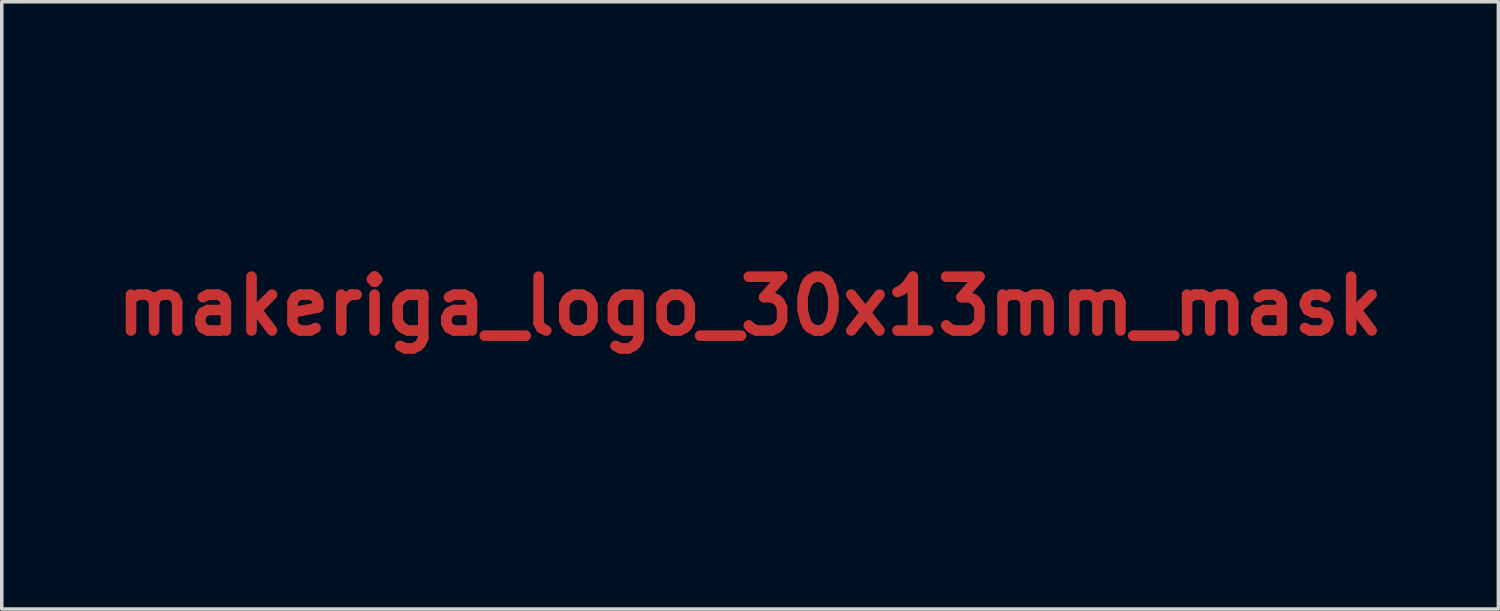
<source format=kicad_pcb>
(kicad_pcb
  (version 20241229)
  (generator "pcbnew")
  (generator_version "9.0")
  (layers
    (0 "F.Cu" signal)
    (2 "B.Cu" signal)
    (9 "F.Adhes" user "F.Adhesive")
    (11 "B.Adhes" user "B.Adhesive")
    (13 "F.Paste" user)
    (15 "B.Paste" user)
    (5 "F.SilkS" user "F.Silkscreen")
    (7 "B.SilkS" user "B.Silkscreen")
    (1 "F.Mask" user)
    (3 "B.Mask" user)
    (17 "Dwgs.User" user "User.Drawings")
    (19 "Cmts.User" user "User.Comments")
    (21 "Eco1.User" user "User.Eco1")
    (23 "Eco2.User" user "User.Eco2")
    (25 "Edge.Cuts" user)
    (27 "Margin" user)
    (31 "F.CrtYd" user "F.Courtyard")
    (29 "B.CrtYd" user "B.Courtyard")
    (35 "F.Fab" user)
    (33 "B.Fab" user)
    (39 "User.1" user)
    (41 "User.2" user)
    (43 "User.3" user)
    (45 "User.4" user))
  (footprint "makeriga_logo_30x13mm_mask"
    (layer "F.Cu")
    (at 18.186 5.618)
    (property "Reference" "makeriga_logo_30x13mm_mask" (at 0 0 0) (layer "F.Cu") (effects (font (size 1.524 1.524) (thickness 0.3))))
    (attr through_hole)
    (fp_poly (pts (xy 13.581 0.881) (xy -1.837 0.881) (xy -1.837 0.737) (xy 13.581 0.737) (xy 13.581 0.881)) (stroke (width 0.01) (type solid)) (fill yes) (layer "F.Mask"))
    (fp_poly (pts (xy 3.37 2.108) (xy 3.158 2.108) (xy 3.158 1.736) (xy 3.014 1.736) (xy 3.014 2.108) (xy 2.802 2.108) (xy 2.802 1.142) (xy 2.906 1.145) (xy 3.01 1.147) (xy 3.014 1.55) (xy 3.084 1.548) (xy 3.154 1.545) (xy 3.158 1.346) (xy 3.162 1.147) (xy 3.266 1.145) (xy 3.37 1.142) (xy 3.37 2.108)) (stroke (width 0.01) (type solid)) (fill yes) (layer "F.Mask"))
    (fp_poly (pts (xy 5.971 1.145) (xy 6.193 1.147) (xy 6.193 1.333) (xy 6.079 1.338) (xy 5.965 1.342) (xy 5.962 1.433) (xy 5.96 1.524) (xy 6.13 1.524) (xy 6.13 1.71) (xy 5.965 1.714) (xy 5.965 1.918) (xy 6.081 1.92) (xy 6.198 1.922) (xy 6.198 2.108) (xy 5.749 2.108) (xy 5.749 1.143) (xy 5.971 1.145)) (stroke (width 0.01) (type solid)) (fill yes) (layer "F.Mask"))
    (fp_poly (pts (xy 9.967 1.145) (xy 10.19 1.147) (xy 10.19 1.333) (xy 9.957 1.338) (xy 9.957 1.523) (xy 10.039 1.526) (xy 10.122 1.528) (xy 10.122 1.706) (xy 9.957 1.711) (xy 9.957 1.921) (xy 10.073 1.924) (xy 10.19 1.926) (xy 10.19 2.104) (xy 9.967 2.106) (xy 9.745 2.108) (xy 9.745 1.143) (xy 9.967 1.145)) (stroke (width 0.01) (type solid)) (fill yes) (layer "F.Mask"))
    (fp_poly (pts (xy 9.855 -2.43) (xy 9.313 -2.43) (xy 9.199 -2.43) (xy 9.102 -2.43) (xy 9.019 -2.431) (xy 8.95 -2.431) (xy 8.893 -2.432) (xy 8.849 -2.433) (xy 8.815 -2.434) (xy 8.791 -2.436) (xy 8.776 -2.437) (xy 8.768 -2.439) (xy 8.767 -2.441) (xy 8.766 -2.451) (xy 8.765 -2.477) (xy 8.765 -2.515) (xy 8.764 -2.565) (xy 8.764 -2.622) (xy 8.765 -2.687) (xy 8.765 -2.735) (xy 8.767 -3.018) (xy 9.855 -3.023) (xy 9.855 -2.43)) (stroke (width 0.01) (type solid)) (fill yes) (layer "F.Mask"))
    (fp_poly (pts (xy 9.631 0.444) (xy 9.341 0.447) (xy 9.259 0.447) (xy 9.194 0.447) (xy 9.142 0.447) (xy 9.103 0.446) (xy 9.075 0.445) (xy 9.058 0.443) (xy 9.048 0.44) (xy 9.046 0.438) (xy 9.046 0.429) (xy 9.046 0.403) (xy 9.045 0.363) (xy 9.045 0.308) (xy 9.045 0.24) (xy 9.044 0.159) (xy 9.044 0.067) (xy 9.044 -0.035) (xy 9.044 -0.147) (xy 9.044 -0.268) (xy 9.044 -0.396) (xy 9.044 -0.531) (xy 9.044 -0.673) (xy 9.044 -0.819) (xy 9.044 -0.893) (xy 9.047 -2.214) (xy 9.631 -2.214) (xy 9.631 0.444)) (stroke (width 0.01) (type solid)) (fill yes) (layer "F.Mask"))
    (fp_poly (pts (xy 5.558 -1.706) (xy 5.237 -1.702) (xy 4.915 -1.698) (xy 4.91 -1.177) (xy 5.133 -1.177) (xy 5.193 -1.176) (xy 5.248 -1.176) (xy 5.295 -1.175) (xy 5.332 -1.173) (xy 5.356 -1.172) (xy 5.366 -1.17) (xy 5.369 -1.164) (xy 5.371 -1.151) (xy 5.373 -1.128) (xy 5.374 -1.094) (xy 5.375 -1.047) (xy 5.375 -0.987) (xy 5.374 -0.912) (xy 5.374 -0.91) (xy 5.372 -0.656) (xy 5.141 -0.654) (xy 4.91 -0.652) (xy 4.913 -0.364) (xy 4.915 -0.075) (xy 5.234 -0.076) (xy 5.554 -0.077) (xy 5.558 -0.057) (xy 5.56 -0.044) (xy 5.56 -0.016) (xy 5.561 0.024) (xy 5.561 0.074) (xy 5.561 0.131) (xy 5.561 0.194) (xy 5.561 0.203) (xy 5.558 0.444) (xy 4.942 0.447) (xy 4.821 0.447) (xy 4.715 0.447) (xy 4.625 0.447) (xy 4.548 0.447) (xy 4.485 0.447) (xy 4.433 0.446) (xy 4.393 0.445) (xy 4.363 0.444) (xy 4.341 0.443) (xy 4.328 0.441) (xy 4.322 0.439) (xy 4.322 0.438) (xy 4.321 0.429) (xy 4.321 0.403) (xy 4.321 0.363) (xy 4.32 0.308) (xy 4.32 0.24) (xy 4.32 0.159) (xy 4.32 0.067) (xy 4.32 -0.035) (xy 4.32 -0.147) (xy 4.32 -0.268) (xy 4.32 -0.396) (xy 4.32 -0.531) (xy 4.32 -0.673) (xy 4.32 -0.819) (xy 4.32 -0.893) (xy 4.322 -2.214) (xy 5.558 -2.214) (xy 5.558 -1.706)) (stroke (width 0.01) (type solid)) (fill yes) (layer "F.Mask"))
    (fp_poly (pts (xy 7.86 1.146) (xy 7.942 1.154) (xy 8.011 1.17) (xy 8.067 1.194) (xy 8.112 1.226) (xy 8.147 1.267) (xy 8.172 1.317) (xy 8.18 1.339) (xy 8.188 1.369) (xy 8.193 1.398) (xy 8.195 1.431) (xy 8.195 1.473) (xy 8.195 1.498) (xy 8.193 1.541) (xy 8.191 1.573) (xy 8.186 1.597) (xy 8.18 1.618) (xy 8.169 1.641) (xy 8.162 1.656) (xy 8.137 1.698) (xy 8.107 1.731) (xy 8.071 1.756) (xy 8.026 1.775) (xy 7.968 1.789) (xy 7.923 1.797) (xy 7.857 1.807) (xy 7.857 2.108) (xy 7.645 2.108) (xy 7.647 1.628) (xy 7.648 1.467) (xy 7.857 1.467) (xy 7.857 1.472) (xy 7.857 1.521) (xy 7.858 1.563) (xy 7.859 1.597) (xy 7.86 1.62) (xy 7.862 1.627) (xy 7.874 1.63) (xy 7.895 1.626) (xy 7.92 1.62) (xy 7.941 1.61) (xy 7.95 1.604) (xy 7.963 1.586) (xy 7.975 1.561) (xy 7.977 1.554) (xy 7.982 1.523) (xy 7.983 1.485) (xy 7.981 1.444) (xy 7.976 1.406) (xy 7.968 1.377) (xy 7.963 1.366) (xy 7.942 1.346) (xy 7.912 1.33) (xy 7.881 1.321) (xy 7.874 1.321) (xy 7.868 1.321) (xy 7.864 1.325) (xy 7.861 1.334) (xy 7.859 1.35) (xy 7.858 1.376) (xy 7.857 1.414) (xy 7.857 1.467) (xy 7.648 1.467) (xy 7.65 1.147) (xy 7.763 1.145) (xy 7.86 1.146)) (stroke (width 0.01) (type solid)) (fill yes) (layer "F.Mask"))
    (fp_poly (pts (xy 6.473 1.148) (xy 6.558 1.15) (xy 6.628 1.156) (xy 6.686 1.165) (xy 6.733 1.18) (xy 6.77 1.2) (xy 6.801 1.226) (xy 6.826 1.259) (xy 6.839 1.283) (xy 6.849 1.304) (xy 6.856 1.324) (xy 6.86 1.349) (xy 6.863 1.382) (xy 6.865 1.424) (xy 6.865 1.493) (xy 6.859 1.549) (xy 6.846 1.594) (xy 6.827 1.631) (xy 6.815 1.646) (xy 6.801 1.664) (xy 6.796 1.675) (xy 6.801 1.683) (xy 6.804 1.686) (xy 6.815 1.7) (xy 6.829 1.724) (xy 6.838 1.743) (xy 6.847 1.765) (xy 6.854 1.792) (xy 6.86 1.826) (xy 6.866 1.868) (xy 6.871 1.923) (xy 6.876 1.991) (xy 6.879 2.03) (xy 6.884 2.108) (xy 6.674 2.108) (xy 6.668 1.988) (xy 6.663 1.915) (xy 6.656 1.857) (xy 6.645 1.811) (xy 6.63 1.775) (xy 6.623 1.763) (xy 6.612 1.751) (xy 6.597 1.746) (xy 6.571 1.746) (xy 6.532 1.748) (xy 6.53 1.928) (xy 6.527 2.108) (xy 6.316 2.108) (xy 6.318 1.628) (xy 6.319 1.463) (xy 6.528 1.463) (xy 6.528 1.509) (xy 6.529 1.549) (xy 6.53 1.579) (xy 6.531 1.598) (xy 6.532 1.602) (xy 6.543 1.603) (xy 6.564 1.601) (xy 6.589 1.596) (xy 6.612 1.589) (xy 6.626 1.583) (xy 6.626 1.583) (xy 6.641 1.56) (xy 6.65 1.524) (xy 6.654 1.477) (xy 6.653 1.447) (xy 6.648 1.401) (xy 6.639 1.369) (xy 6.623 1.347) (xy 6.6 1.333) (xy 6.586 1.329) (xy 6.565 1.324) (xy 6.55 1.322) (xy 6.54 1.327) (xy 6.533 1.339) (xy 6.53 1.361) (xy 6.528 1.396) (xy 6.528 1.444) (xy 6.528 1.463) (xy 6.319 1.463) (xy 6.32 1.147) (xy 6.473 1.148)) (stroke (width 0.01) (type solid)) (fill yes) (layer "F.Mask"))
    (fp_poly (pts (xy 5.207 1.348) (xy 5.207 1.415) (xy 5.208 1.467) (xy 5.209 1.504) (xy 5.211 1.528) (xy 5.215 1.538) (xy 5.22 1.537) (xy 5.227 1.526) (xy 5.236 1.505) (xy 5.242 1.49) (xy 5.272 1.408) (xy 5.297 1.341) (xy 5.318 1.287) (xy 5.334 1.245) (xy 5.347 1.213) (xy 5.356 1.189) (xy 5.363 1.172) (xy 5.369 1.162) (xy 5.373 1.155) (xy 5.376 1.152) (xy 5.378 1.15) (xy 5.391 1.147) (xy 5.416 1.145) (xy 5.45 1.144) (xy 5.489 1.143) (xy 5.528 1.144) (xy 5.564 1.145) (xy 5.594 1.147) (xy 5.613 1.149) (xy 5.618 1.152) (xy 5.616 1.162) (xy 5.607 1.184) (xy 5.593 1.215) (xy 5.574 1.253) (xy 5.564 1.272) (xy 5.538 1.323) (xy 5.507 1.382) (xy 5.476 1.442) (xy 5.447 1.497) (xy 5.442 1.507) (xy 5.378 1.63) (xy 5.414 1.698) (xy 5.429 1.727) (xy 5.45 1.768) (xy 5.476 1.816) (xy 5.503 1.868) (xy 5.528 1.918) (xy 5.553 1.964) (xy 5.575 2.006) (xy 5.593 2.04) (xy 5.607 2.065) (xy 5.614 2.077) (xy 5.614 2.078) (xy 5.622 2.094) (xy 5.622 2.097) (xy 5.618 2.102) (xy 5.605 2.105) (xy 5.582 2.107) (xy 5.545 2.108) (xy 5.496 2.108) (xy 5.37 2.108) (xy 5.331 2.004) (xy 5.302 1.928) (xy 5.279 1.865) (xy 5.26 1.816) (xy 5.245 1.778) (xy 5.234 1.75) (xy 5.226 1.73) (xy 5.22 1.718) (xy 5.218 1.714) (xy 5.214 1.712) (xy 5.212 1.718) (xy 5.21 1.734) (xy 5.209 1.762) (xy 5.208 1.802) (xy 5.207 1.857) (xy 5.207 1.903) (xy 5.207 2.108) (xy 4.995 2.108) (xy 4.997 1.628) (xy 5 1.147) (xy 5.103 1.145) (xy 5.207 1.142) (xy 5.207 1.348)) (stroke (width 0.01) (type solid)) (fill yes) (layer "F.Mask"))
    (fp_poly (pts (xy 9.361 1.139) (xy 9.396 1.14) (xy 9.422 1.143) (xy 9.441 1.147) (xy 9.459 1.154) (xy 9.466 1.157) (xy 9.512 1.187) (xy 9.553 1.227) (xy 9.584 1.273) (xy 9.584 1.274) (xy 9.594 1.299) (xy 9.603 1.331) (xy 9.612 1.367) (xy 9.619 1.402) (xy 9.623 1.432) (xy 9.624 1.451) (xy 9.623 1.454) (xy 9.616 1.459) (xy 9.599 1.462) (xy 9.57 1.464) (xy 9.527 1.465) (xy 9.505 1.465) (xy 9.391 1.465) (xy 9.385 1.414) (xy 9.376 1.369) (xy 9.36 1.339) (xy 9.337 1.324) (xy 9.317 1.321) (xy 9.286 1.328) (xy 9.264 1.35) (xy 9.25 1.387) (xy 9.248 1.396) (xy 9.246 1.419) (xy 9.245 1.455) (xy 9.243 1.501) (xy 9.242 1.555) (xy 9.242 1.613) (xy 9.242 1.672) (xy 9.243 1.728) (xy 9.244 1.78) (xy 9.245 1.822) (xy 9.247 1.852) (xy 9.248 1.864) (xy 9.26 1.902) (xy 9.28 1.927) (xy 9.306 1.938) (xy 9.313 1.939) (xy 9.34 1.934) (xy 9.361 1.917) (xy 9.375 1.888) (xy 9.383 1.852) (xy 9.392 1.795) (xy 9.628 1.795) (xy 9.623 1.831) (xy 9.608 1.907) (xy 9.588 1.969) (xy 9.562 2.018) (xy 9.529 2.057) (xy 9.487 2.087) (xy 9.458 2.102) (xy 9.428 2.111) (xy 9.386 2.117) (xy 9.338 2.122) (xy 9.29 2.123) (xy 9.245 2.121) (xy 9.216 2.117) (xy 9.167 2.103) (xy 9.125 2.083) (xy 9.091 2.057) (xy 9.063 2.022) (xy 9.042 1.978) (xy 9.026 1.922) (xy 9.015 1.855) (xy 9.008 1.774) (xy 9.005 1.679) (xy 9.005 1.63) (xy 9.006 1.529) (xy 9.012 1.443) (xy 9.021 1.371) (xy 9.034 1.311) (xy 9.053 1.263) (xy 9.076 1.223) (xy 9.106 1.192) (xy 9.142 1.167) (xy 9.159 1.159) (xy 9.177 1.151) (xy 9.196 1.145) (xy 9.22 1.142) (xy 9.251 1.14) (xy 9.293 1.139) (xy 9.313 1.139) (xy 9.361 1.139)) (stroke (width 0.01) (type solid)) (fill yes) (layer "F.Mask"))
    (fp_poly (pts (xy 4.592 1.136) (xy 4.637 1.139) (xy 4.669 1.142) (xy 4.694 1.147) (xy 4.715 1.156) (xy 4.729 1.162) (xy 4.781 1.198) (xy 4.822 1.247) (xy 4.852 1.307) (xy 4.868 1.372) (xy 4.874 1.408) (xy 4.877 1.433) (xy 4.875 1.45) (xy 4.865 1.459) (xy 4.846 1.464) (xy 4.815 1.465) (xy 4.77 1.465) (xy 4.758 1.465) (xy 4.64 1.465) (xy 4.64 1.427) (xy 4.635 1.381) (xy 4.62 1.347) (xy 4.597 1.327) (xy 4.568 1.321) (xy 4.542 1.326) (xy 4.523 1.343) (xy 4.51 1.373) (xy 4.504 1.397) (xy 4.501 1.422) (xy 4.499 1.46) (xy 4.497 1.509) (xy 4.496 1.564) (xy 4.496 1.624) (xy 4.496 1.683) (xy 4.497 1.74) (xy 4.499 1.791) (xy 4.501 1.833) (xy 4.504 1.863) (xy 4.505 1.871) (xy 4.518 1.907) (xy 4.539 1.93) (xy 4.564 1.939) (xy 4.592 1.932) (xy 4.61 1.92) (xy 4.624 1.905) (xy 4.632 1.886) (xy 4.636 1.858) (xy 4.637 1.848) (xy 4.642 1.795) (xy 4.759 1.795) (xy 4.807 1.795) (xy 4.841 1.795) (xy 4.862 1.799) (xy 4.873 1.806) (xy 4.876 1.82) (xy 4.874 1.842) (xy 4.869 1.874) (xy 4.868 1.88) (xy 4.85 1.951) (xy 4.821 2.01) (xy 4.78 2.057) (xy 4.727 2.093) (xy 4.716 2.099) (xy 4.69 2.109) (xy 4.665 2.116) (xy 4.634 2.12) (xy 4.593 2.122) (xy 4.585 2.122) (xy 4.546 2.122) (xy 4.512 2.122) (xy 4.487 2.121) (xy 4.479 2.12) (xy 4.424 2.103) (xy 4.374 2.077) (xy 4.335 2.043) (xy 4.335 2.042) (xy 4.313 2.013) (xy 4.295 1.979) (xy 4.282 1.939) (xy 4.272 1.889) (xy 4.265 1.83) (xy 4.261 1.759) (xy 4.26 1.674) (xy 4.261 1.595) (xy 4.263 1.512) (xy 4.267 1.444) (xy 4.272 1.388) (xy 4.279 1.343) (xy 4.288 1.305) (xy 4.301 1.274) (xy 4.316 1.245) (xy 4.321 1.238) (xy 4.354 1.198) (xy 4.394 1.168) (xy 4.441 1.149) (xy 4.5 1.138) (xy 4.571 1.136) (xy 4.592 1.136)) (stroke (width 0.01) (type solid)) (fill yes) (layer "F.Mask"))
    (fp_poly (pts (xy 7.321 1.139) (xy 7.357 1.146) (xy 7.388 1.16) (xy 7.415 1.177) (xy 7.455 1.215) (xy 7.486 1.265) (xy 7.509 1.328) (xy 7.523 1.405) (xy 7.524 1.416) (xy 7.529 1.465) (xy 7.29 1.465) (xy 7.289 1.416) (xy 7.287 1.373) (xy 7.281 1.345) (xy 7.272 1.329) (xy 7.258 1.322) (xy 7.257 1.322) (xy 7.236 1.323) (xy 7.223 1.334) (xy 7.216 1.358) (xy 7.214 1.396) (xy 7.214 1.396) (xy 7.216 1.436) (xy 7.226 1.468) (xy 7.246 1.498) (xy 7.277 1.527) (xy 7.307 1.55) (xy 7.366 1.593) (xy 7.413 1.631) (xy 7.448 1.665) (xy 7.474 1.697) (xy 7.492 1.73) (xy 7.504 1.765) (xy 7.51 1.792) (xy 7.516 1.846) (xy 7.515 1.905) (xy 7.508 1.963) (xy 7.5 2) (xy 7.481 2.037) (xy 7.45 2.07) (xy 7.411 2.096) (xy 7.393 2.104) (xy 7.364 2.111) (xy 7.325 2.117) (xy 7.281 2.121) (xy 7.235 2.122) (xy 7.195 2.122) (xy 7.165 2.119) (xy 7.159 2.117) (xy 7.098 2.094) (xy 7.051 2.06) (xy 7.016 2.015) (xy 7.003 1.99) (xy 6.994 1.964) (xy 6.985 1.929) (xy 6.978 1.89) (xy 6.972 1.852) (xy 6.969 1.82) (xy 6.969 1.797) (xy 6.971 1.792) (xy 6.975 1.786) (xy 6.983 1.782) (xy 6.999 1.78) (xy 7.024 1.779) (xy 7.063 1.779) (xy 7.089 1.78) (xy 7.201 1.782) (xy 7.206 1.849) (xy 7.212 1.892) (xy 7.22 1.92) (xy 7.233 1.935) (xy 7.25 1.936) (xy 7.255 1.935) (xy 7.271 1.923) (xy 7.279 1.9) (xy 7.281 1.863) (xy 7.28 1.842) (xy 7.274 1.81) (xy 7.262 1.782) (xy 7.242 1.755) (xy 7.212 1.727) (xy 7.168 1.694) (xy 7.154 1.684) (xy 7.097 1.641) (xy 7.053 1.6) (xy 7.02 1.557) (xy 7.005 1.532) (xy 6.998 1.517) (xy 6.994 1.499) (xy 6.991 1.474) (xy 6.99 1.44) (xy 6.989 1.391) (xy 6.989 1.389) (xy 6.99 1.341) (xy 6.991 1.306) (xy 6.993 1.282) (xy 6.997 1.263) (xy 7.004 1.247) (xy 7.007 1.24) (xy 7.032 1.203) (xy 7.06 1.175) (xy 7.096 1.155) (xy 7.141 1.143) (xy 7.2 1.137) (xy 7.218 1.136) (xy 7.276 1.135) (xy 7.321 1.139)) (stroke (width 0.01) (type solid)) (fill yes) (layer "F.Mask"))
    (fp_poly (pts (xy 3.859 1.144) (xy 3.893 1.146) (xy 3.913 1.15) (xy 3.918 1.154) (xy 3.924 1.166) (xy 3.931 1.191) (xy 3.939 1.223) (xy 3.941 1.232) (xy 3.95 1.273) (xy 3.959 1.313) (xy 3.968 1.357) (xy 3.979 1.405) (xy 3.992 1.461) (xy 4.007 1.527) (xy 4.024 1.606) (xy 4.034 1.651) (xy 4.049 1.714) (xy 4.062 1.775) (xy 4.075 1.832) (xy 4.086 1.882) (xy 4.095 1.92) (xy 4.099 1.939) (xy 4.107 1.977) (xy 4.115 2.013) (xy 4.122 2.04) (xy 4.123 2.045) (xy 4.129 2.071) (xy 4.132 2.089) (xy 4.127 2.1) (xy 4.114 2.105) (xy 4.09 2.108) (xy 4.053 2.108) (xy 4.03 2.108) (xy 3.985 2.108) (xy 3.953 2.106) (xy 3.933 2.101) (xy 3.921 2.09) (xy 3.915 2.07) (xy 3.91 2.041) (xy 3.908 2.017) (xy 3.901 1.964) (xy 3.728 1.964) (xy 3.722 2.009) (xy 3.718 2.04) (xy 3.713 2.07) (xy 3.711 2.081) (xy 3.707 2.108) (xy 3.602 2.108) (xy 3.555 2.108) (xy 3.523 2.106) (xy 3.505 2.103) (xy 3.497 2.099) (xy 3.497 2.098) (xy 3.499 2.086) (xy 3.504 2.061) (xy 3.511 2.025) (xy 3.521 1.98) (xy 3.532 1.93) (xy 3.535 1.918) (xy 3.548 1.86) (xy 3.561 1.803) (xy 3.566 1.782) (xy 3.759 1.782) (xy 3.767 1.784) (xy 3.787 1.786) (xy 3.815 1.786) (xy 3.845 1.786) (xy 3.861 1.784) (xy 3.867 1.78) (xy 3.867 1.771) (xy 3.866 1.765) (xy 3.862 1.749) (xy 3.857 1.72) (xy 3.851 1.682) (xy 3.844 1.639) (xy 3.844 1.634) (xy 3.834 1.574) (xy 3.827 1.529) (xy 3.822 1.499) (xy 3.817 1.483) (xy 3.813 1.479) (xy 3.81 1.487) (xy 3.805 1.506) (xy 3.8 1.533) (xy 3.799 1.541) (xy 3.791 1.586) (xy 3.783 1.633) (xy 3.776 1.679) (xy 3.769 1.719) (xy 3.764 1.752) (xy 3.76 1.774) (xy 3.759 1.782) (xy 3.566 1.782) (xy 3.573 1.75) (xy 3.583 1.705) (xy 3.59 1.672) (xy 3.602 1.617) (xy 3.615 1.556) (xy 3.63 1.492) (xy 3.644 1.428) (xy 3.658 1.366) (xy 3.671 1.308) (xy 3.682 1.258) (xy 3.692 1.218) (xy 3.698 1.19) (xy 3.701 1.179) (xy 3.711 1.143) (xy 3.81 1.143) (xy 3.859 1.144)) (stroke (width 0.01) (type solid)) (fill yes) (layer "F.Mask"))
    (fp_poly (pts (xy 8.623 1.144) (xy 8.649 1.146) (xy 8.663 1.149) (xy 8.665 1.151) (xy 8.668 1.16) (xy 8.674 1.185) (xy 8.683 1.221) (xy 8.694 1.268) (xy 8.706 1.322) (xy 8.72 1.381) (xy 8.734 1.444) (xy 8.748 1.508) (xy 8.762 1.571) (xy 8.771 1.613) (xy 8.777 1.638) (xy 8.785 1.675) (xy 8.795 1.722) (xy 8.807 1.775) (xy 8.82 1.832) (xy 8.833 1.89) (xy 8.845 1.946) (xy 8.857 1.997) (xy 8.866 2.04) (xy 8.873 2.072) (xy 8.877 2.089) (xy 8.879 2.097) (xy 8.877 2.102) (xy 8.868 2.106) (xy 8.852 2.107) (xy 8.823 2.108) (xy 8.781 2.108) (xy 8.776 2.108) (xy 8.671 2.108) (xy 8.662 2.06) (xy 8.656 2.028) (xy 8.65 2) (xy 8.648 1.988) (xy 8.643 1.964) (xy 8.477 1.964) (xy 8.467 2.026) (xy 8.461 2.057) (xy 8.457 2.083) (xy 8.454 2.097) (xy 8.453 2.098) (xy 8.447 2.102) (xy 8.429 2.106) (xy 8.398 2.107) (xy 8.352 2.108) (xy 8.343 2.108) (xy 8.299 2.108) (xy 8.269 2.108) (xy 8.251 2.106) (xy 8.242 2.103) (xy 8.24 2.098) (xy 8.241 2.091) (xy 8.242 2.089) (xy 8.246 2.073) (xy 8.252 2.044) (xy 8.26 2.009) (xy 8.264 1.994) (xy 8.27 1.964) (xy 8.28 1.92) (xy 8.292 1.867) (xy 8.305 1.808) (xy 8.314 1.767) (xy 8.509 1.767) (xy 8.511 1.778) (xy 8.517 1.784) (xy 8.533 1.786) (xy 8.56 1.786) (xy 8.588 1.786) (xy 8.603 1.784) (xy 8.609 1.778) (xy 8.61 1.766) (xy 8.61 1.763) (xy 8.608 1.739) (xy 8.603 1.711) (xy 8.602 1.706) (xy 8.598 1.683) (xy 8.592 1.649) (xy 8.585 1.609) (xy 8.58 1.579) (xy 8.574 1.541) (xy 8.569 1.509) (xy 8.564 1.486) (xy 8.562 1.478) (xy 8.559 1.483) (xy 8.554 1.502) (xy 8.548 1.532) (xy 8.541 1.569) (xy 8.533 1.61) (xy 8.526 1.652) (xy 8.519 1.692) (xy 8.514 1.727) (xy 8.51 1.754) (xy 8.509 1.767) (xy 8.314 1.767) (xy 8.319 1.746) (xy 8.327 1.71) (xy 8.341 1.648) (xy 8.355 1.587) (xy 8.367 1.53) (xy 8.378 1.481) (xy 8.387 1.442) (xy 8.39 1.427) (xy 8.402 1.375) (xy 8.413 1.323) (xy 8.425 1.273) (xy 8.435 1.228) (xy 8.444 1.191) (xy 8.45 1.165) (xy 8.454 1.154) (xy 8.463 1.149) (xy 8.486 1.146) (xy 8.517 1.144) (xy 8.553 1.143) (xy 8.589 1.143) (xy 8.623 1.144)) (stroke (width 0.01) (type solid)) (fill yes) (layer "F.Mask"))
    (fp_poly (pts (xy -1.522 -2.216) (xy -1.207 -2.214) (xy -1.13 -1.905) (xy -1.11 -1.825) (xy -1.087 -1.733) (xy -1.062 -1.633) (xy -1.036 -1.528) (xy -1.01 -1.423) (xy -0.985 -1.322) (xy -0.962 -1.229) (xy -0.961 -1.223) (xy -0.942 -1.147) (xy -0.924 -1.075) (xy -0.908 -1.01) (xy -0.893 -0.953) (xy -0.881 -0.907) (xy -0.872 -0.872) (xy -0.866 -0.85) (xy -0.863 -0.844) (xy -0.862 -0.844) (xy -0.86 -0.847) (xy -0.857 -0.853) (xy -0.853 -0.865) (xy -0.848 -0.881) (xy -0.842 -0.904) (xy -0.834 -0.934) (xy -0.824 -0.972) (xy -0.812 -1.018) (xy -0.798 -1.074) (xy -0.782 -1.14) (xy -0.763 -1.217) (xy -0.741 -1.306) (xy -0.716 -1.407) (xy -0.688 -1.522) (xy -0.656 -1.651) (xy -0.621 -1.795) (xy -0.588 -1.93) (xy -0.572 -1.995) (xy -0.558 -2.055) (xy -0.545 -2.108) (xy -0.534 -2.152) (xy -0.526 -2.184) (xy -0.521 -2.203) (xy -0.52 -2.208) (xy -0.516 -2.211) (xy -0.503 -2.213) (xy -0.481 -2.215) (xy -0.449 -2.216) (xy -0.405 -2.217) (xy -0.347 -2.218) (xy -0.275 -2.218) (xy -0.203 -2.218) (xy 0.11 -2.218) (xy 0.11 0.449) (xy -0.184 0.447) (xy -0.478 0.444) (xy -0.478 -0.134) (xy -0.478 -0.25) (xy -0.479 -0.351) (xy -0.479 -0.436) (xy -0.479 -0.507) (xy -0.48 -0.565) (xy -0.481 -0.611) (xy -0.482 -0.645) (xy -0.483 -0.669) (xy -0.485 -0.684) (xy -0.486 -0.69) (xy -0.488 -0.689) (xy -0.489 -0.689) (xy -0.496 -0.666) (xy -0.499 -0.648) (xy -0.501 -0.635) (xy -0.504 -0.608) (xy -0.51 -0.571) (xy -0.517 -0.526) (xy -0.524 -0.478) (xy -0.532 -0.429) (xy -0.54 -0.383) (xy -0.547 -0.342) (xy -0.55 -0.322) (xy -0.555 -0.297) (xy -0.561 -0.26) (xy -0.568 -0.214) (xy -0.576 -0.164) (xy -0.58 -0.14) (xy -0.591 -0.072) (xy -0.602 -0.005) (xy -0.613 0.064) (xy -0.625 0.141) (xy -0.639 0.227) (xy -0.655 0.326) (xy -0.674 0.444) (xy -0.857 0.447) (xy -1.041 0.449) (xy -1.045 0.43) (xy -1.052 0.394) (xy -1.06 0.345) (xy -1.07 0.288) (xy -1.081 0.225) (xy -1.091 0.162) (xy -1.101 0.101) (xy -1.106 0.068) (xy -1.111 0.032) (xy -1.117 0.001) (xy -1.121 -0.02) (xy -1.122 -0.025) (xy -1.125 -0.039) (xy -1.129 -0.065) (xy -1.135 -0.099) (xy -1.138 -0.119) (xy -1.142 -0.143) (xy -1.148 -0.179) (xy -1.156 -0.226) (xy -1.165 -0.28) (xy -1.174 -0.339) (xy -1.185 -0.402) (xy -1.195 -0.464) (xy -1.206 -0.525) (xy -1.215 -0.581) (xy -1.223 -0.63) (xy -1.23 -0.671) (xy -1.235 -0.699) (xy -1.238 -0.714) (xy -1.238 -0.714) (xy -1.239 -0.708) (xy -1.239 -0.686) (xy -1.24 -0.649) (xy -1.24 -0.6) (xy -1.241 -0.539) (xy -1.242 -0.467) (xy -1.242 -0.387) (xy -1.243 -0.299) (xy -1.244 -0.205) (xy -1.245 -0.14) (xy -1.249 0.444) (xy -1.543 0.447) (xy -1.837 0.449) (xy -1.837 -2.218) (xy -1.522 -2.216)) (stroke (width 0.01) (type solid)) (fill yes) (layer "F.Mask"))
    (fp_poly (pts (xy 10.844 -2.259) (xy 10.877 -2.255) (xy 10.912 -2.25) (xy 10.946 -2.244) (xy 11.039 -2.223) (xy 11.118 -2.198) (xy 11.187 -2.166) (xy 11.249 -2.126) (xy 11.309 -2.077) (xy 11.337 -2.05) (xy 11.399 -1.98) (xy 11.449 -1.906) (xy 11.488 -1.826) (xy 11.521 -1.735) (xy 11.532 -1.693) (xy 11.541 -1.65) (xy 11.551 -1.597) (xy 11.56 -1.539) (xy 11.567 -1.481) (xy 11.572 -1.429) (xy 11.574 -1.388) (xy 11.574 -1.384) (xy 11.574 -1.338) (xy 10.925 -1.338) (xy 10.919 -1.443) (xy 10.911 -1.528) (xy 10.897 -1.597) (xy 10.875 -1.653) (xy 10.846 -1.694) (xy 10.81 -1.722) (xy 10.789 -1.731) (xy 10.743 -1.742) (xy 10.701 -1.742) (xy 10.657 -1.731) (xy 10.629 -1.718) (xy 10.605 -1.701) (xy 10.585 -1.676) (xy 10.569 -1.644) (xy 10.555 -1.603) (xy 10.543 -1.55) (xy 10.534 -1.486) (xy 10.526 -1.409) (xy 10.52 -1.316) (xy 10.516 -1.245) (xy 10.512 -1.15) (xy 10.51 -1.048) (xy 10.508 -0.941) (xy 10.508 -0.833) (xy 10.509 -0.725) (xy 10.512 -0.62) (xy 10.515 -0.521) (xy 10.519 -0.43) (xy 10.524 -0.35) (xy 10.53 -0.283) (xy 10.533 -0.258) (xy 10.546 -0.187) (xy 10.564 -0.13) (xy 10.587 -0.088) (xy 10.616 -0.058) (xy 10.653 -0.039) (xy 10.673 -0.034) (xy 10.732 -0.028) (xy 10.785 -0.038) (xy 10.829 -0.063) (xy 10.865 -0.102) (xy 10.893 -0.156) (xy 10.896 -0.167) (xy 10.904 -0.192) (xy 10.909 -0.218) (xy 10.914 -0.248) (xy 10.917 -0.286) (xy 10.919 -0.336) (xy 10.92 -0.37) (xy 10.924 -0.516) (xy 10.715 -0.521) (xy 10.712 -0.76) (xy 10.71 -0.999) (xy 11.574 -0.999) (xy 11.572 -0.277) (xy 11.57 0.444) (xy 11.384 0.444) (xy 11.361 0.366) (xy 11.351 0.331) (xy 11.342 0.303) (xy 11.335 0.285) (xy 11.333 0.281) (xy 11.325 0.284) (xy 11.309 0.295) (xy 11.301 0.302) (xy 11.229 0.359) (xy 11.144 0.407) (xy 11.048 0.445) (xy 10.942 0.472) (xy 10.907 0.479) (xy 10.85 0.485) (xy 10.782 0.489) (xy 10.707 0.489) (xy 10.63 0.487) (xy 10.556 0.482) (xy 10.524 0.478) (xy 10.415 0.46) (xy 10.318 0.434) (xy 10.233 0.399) (xy 10.159 0.355) (xy 10.095 0.3) (xy 10.04 0.235) (xy 9.994 0.157) (xy 9.956 0.066) (xy 9.925 -0.038) (xy 9.9 -0.158) (xy 9.885 -0.258) (xy 9.879 -0.317) (xy 9.874 -0.39) (xy 9.869 -0.476) (xy 9.866 -0.57) (xy 9.864 -0.672) (xy 9.863 -0.778) (xy 9.862 -0.887) (xy 9.863 -0.995) (xy 9.865 -1.1) (xy 9.867 -1.199) (xy 9.871 -1.291) (xy 9.875 -1.372) (xy 9.881 -1.441) (xy 9.885 -1.477) (xy 9.905 -1.608) (xy 9.93 -1.723) (xy 9.962 -1.824) (xy 9.999 -1.912) (xy 10.043 -1.988) (xy 10.095 -2.052) (xy 10.154 -2.106) (xy 10.222 -2.152) (xy 10.252 -2.168) (xy 10.317 -2.196) (xy 10.385 -2.219) (xy 10.458 -2.236) (xy 10.539 -2.248) (xy 10.633 -2.255) (xy 10.702 -2.258) (xy 10.76 -2.26) (xy 10.806 -2.26) (xy 10.844 -2.259)) (stroke (width 0.01) (type solid)) (fill yes) (layer "F.Mask"))
    (fp_poly (pts (xy 7.779 -2.216) (xy 7.891 -2.213) (xy 7.99 -2.207) (xy 8.077 -2.2) (xy 8.154 -2.19) (xy 8.222 -2.178) (xy 8.282 -2.163) (xy 8.335 -2.146) (xy 8.338 -2.145) (xy 8.431 -2.104) (xy 8.512 -2.055) (xy 8.58 -1.996) (xy 8.637 -1.928) (xy 8.683 -1.849) (xy 8.718 -1.759) (xy 8.743 -1.656) (xy 8.757 -1.541) (xy 8.763 -1.412) (xy 8.763 -1.399) (xy 8.759 -1.27) (xy 8.746 -1.154) (xy 8.725 -1.051) (xy 8.695 -0.963) (xy 8.657 -0.888) (xy 8.611 -0.828) (xy 8.56 -0.785) (xy 8.539 -0.771) (xy 8.578 -0.73) (xy 8.615 -0.688) (xy 8.648 -0.641) (xy 8.676 -0.588) (xy 8.7 -0.527) (xy 8.72 -0.458) (xy 8.737 -0.379) (xy 8.752 -0.289) (xy 8.763 -0.186) (xy 8.773 -0.068) (xy 8.78 0.064) (xy 8.78 0.076) (xy 8.784 0.138) (xy 8.788 0.2) (xy 8.792 0.257) (xy 8.796 0.307) (xy 8.8 0.345) (xy 8.802 0.355) (xy 8.807 0.39) (xy 8.809 0.419) (xy 8.809 0.437) (xy 8.807 0.442) (xy 8.797 0.443) (xy 8.772 0.445) (xy 8.735 0.446) (xy 8.686 0.447) (xy 8.629 0.447) (xy 8.564 0.447) (xy 8.513 0.447) (xy 8.227 0.444) (xy 8.219 0.419) (xy 8.217 0.404) (xy 8.215 0.374) (xy 8.213 0.333) (xy 8.211 0.283) (xy 8.209 0.226) (xy 8.208 0.178) (xy 8.204 0.053) (xy 8.199 -0.055) (xy 8.191 -0.149) (xy 8.181 -0.23) (xy 8.169 -0.298) (xy 8.154 -0.355) (xy 8.153 -0.361) (xy 8.136 -0.406) (xy 8.115 -0.451) (xy 8.092 -0.493) (xy 8.069 -0.527) (xy 8.05 -0.548) (xy 8.038 -0.553) (xy 8.014 -0.556) (xy 7.978 -0.557) (xy 7.932 -0.557) (xy 7.827 -0.555) (xy 7.823 -0.055) (xy 7.819 0.444) (xy 7.529 0.447) (xy 7.447 0.447) (xy 7.382 0.447) (xy 7.33 0.447) (xy 7.291 0.446) (xy 7.263 0.445) (xy 7.246 0.443) (xy 7.237 0.44) (xy 7.234 0.438) (xy 7.234 0.429) (xy 7.234 0.403) (xy 7.233 0.363) (xy 7.233 0.308) (xy 7.233 0.24) (xy 7.232 0.159) (xy 7.232 0.067) (xy 7.232 -0.035) (xy 7.232 -0.147) (xy 7.232 -0.268) (xy 7.232 -0.396) (xy 7.232 -0.531) (xy 7.232 -0.673) (xy 7.232 -0.819) (xy 7.233 -0.893) (xy 7.233 -1.341) (xy 7.823 -1.341) (xy 7.823 -0.954) (xy 7.91 -0.959) (xy 7.968 -0.964) (xy 8.012 -0.972) (xy 8.035 -0.98) (xy 8.074 -1.002) (xy 8.106 -1.029) (xy 8.13 -1.064) (xy 8.148 -1.108) (xy 8.16 -1.163) (xy 8.167 -1.23) (xy 8.17 -1.313) (xy 8.17 -1.328) (xy 8.168 -1.417) (xy 8.161 -1.491) (xy 8.149 -1.553) (xy 8.13 -1.602) (xy 8.105 -1.642) (xy 8.072 -1.674) (xy 8.033 -1.698) (xy 8.007 -1.709) (xy 7.972 -1.718) (xy 7.932 -1.727) (xy 7.894 -1.732) (xy 7.861 -1.735) (xy 7.839 -1.734) (xy 7.836 -1.733) (xy 7.833 -1.73) (xy 7.831 -1.724) (xy 7.829 -1.712) (xy 7.827 -1.694) (xy 7.826 -1.667) (xy 7.825 -1.631) (xy 7.824 -1.584) (xy 7.824 -1.525) (xy 7.823 -1.453) (xy 7.823 -1.365) (xy 7.823 -1.341) (xy 7.233 -1.341) (xy 7.235 -2.214) (xy 7.51 -2.217) (xy 7.652 -2.217) (xy 7.779 -2.216)) (stroke (width 0.01) (type solid)) (fill yes) (layer "F.Mask"))
    (fp_poly (pts (xy 2.938 -1.647) (xy 2.938 -1.55) (xy 2.938 -1.459) (xy 2.939 -1.374) (xy 2.939 -1.297) (xy 2.94 -1.229) (xy 2.941 -1.172) (xy 2.942 -1.126) (xy 2.943 -1.095) (xy 2.944 -1.078) (xy 2.944 -1.075) (xy 2.95 -1.083) (xy 2.959 -1.103) (xy 2.971 -1.132) (xy 2.978 -1.149) (xy 2.99 -1.184) (xy 3.007 -1.229) (xy 3.026 -1.28) (xy 3.046 -1.333) (xy 3.056 -1.359) (xy 3.084 -1.433) (xy 3.111 -1.504) (xy 3.136 -1.569) (xy 3.157 -1.626) (xy 3.174 -1.671) (xy 3.18 -1.685) (xy 3.187 -1.704) (xy 3.199 -1.735) (xy 3.213 -1.773) (xy 3.229 -1.815) (xy 3.23 -1.816) (xy 3.249 -1.865) (xy 3.27 -1.923) (xy 3.293 -1.982) (xy 3.311 -2.032) (xy 3.328 -2.076) (xy 3.343 -2.117) (xy 3.357 -2.151) (xy 3.366 -2.174) (xy 3.368 -2.178) (xy 3.381 -2.21) (xy 3.735 -2.21) (xy 3.811 -2.21) (xy 3.881 -2.209) (xy 3.944 -2.209) (xy 3.998 -2.208) (xy 4.041 -2.207) (xy 4.071 -2.206) (xy 4.087 -2.205) (xy 4.089 -2.205) (xy 4.086 -2.196) (xy 4.075 -2.174) (xy 4.06 -2.143) (xy 4.04 -2.105) (xy 4.025 -2.075) (xy 3.974 -1.978) (xy 3.93 -1.894) (xy 3.892 -1.822) (xy 3.86 -1.761) (xy 3.833 -1.708) (xy 3.818 -1.681) (xy 3.8 -1.646) (xy 3.777 -1.6) (xy 3.75 -1.55) (xy 3.724 -1.499) (xy 3.713 -1.477) (xy 3.687 -1.428) (xy 3.66 -1.376) (xy 3.635 -1.328) (xy 3.614 -1.288) (xy 3.607 -1.274) (xy 3.583 -1.229) (xy 3.554 -1.174) (xy 3.522 -1.111) (xy 3.488 -1.046) (xy 3.454 -0.982) (xy 3.429 -0.934) (xy 3.402 -0.881) (xy 3.476 -0.739) (xy 3.501 -0.691) (xy 3.525 -0.645) (xy 3.547 -0.604) (xy 3.563 -0.573) (xy 3.573 -0.555) (xy 3.584 -0.534) (xy 3.601 -0.501) (xy 3.623 -0.46) (xy 3.647 -0.413) (xy 3.673 -0.363) (xy 3.674 -0.36) (xy 3.7 -0.31) (xy 3.725 -0.263) (xy 3.747 -0.221) (xy 3.764 -0.188) (xy 3.776 -0.166) (xy 3.776 -0.165) (xy 3.788 -0.143) (xy 3.806 -0.109) (xy 3.828 -0.068) (xy 3.851 -0.023) (xy 3.865 0.004) (xy 3.892 0.055) (xy 3.924 0.116) (xy 3.957 0.18) (xy 3.99 0.243) (xy 4.01 0.282) (xy 4.034 0.328) (xy 4.056 0.37) (xy 4.073 0.404) (xy 4.084 0.428) (xy 4.089 0.44) (xy 4.089 0.441) (xy 4.081 0.443) (xy 4.058 0.445) (xy 4.023 0.447) (xy 3.977 0.448) (xy 3.922 0.449) (xy 3.862 0.449) (xy 3.797 0.449) (xy 3.73 0.449) (xy 3.663 0.449) (xy 3.599 0.448) (xy 3.539 0.447) (xy 3.486 0.446) (xy 3.441 0.444) (xy 3.407 0.442) (xy 3.386 0.44) (xy 3.38 0.438) (xy 3.374 0.426) (xy 3.364 0.402) (xy 3.351 0.369) (xy 3.337 0.334) (xy 3.324 0.298) (xy 3.306 0.249) (xy 3.284 0.193) (xy 3.262 0.133) (xy 3.239 0.073) (xy 3.234 0.059) (xy 3.211 -0.001) (xy 3.187 -0.065) (xy 3.164 -0.126) (xy 3.143 -0.182) (xy 3.127 -0.226) (xy 3.124 -0.233) (xy 3.107 -0.279) (xy 3.085 -0.336) (xy 3.062 -0.398) (xy 3.039 -0.458) (xy 3.027 -0.491) (xy 3.008 -0.54) (xy 2.992 -0.585) (xy 2.977 -0.622) (xy 2.967 -0.65) (xy 2.962 -0.665) (xy 2.953 -0.685) (xy 2.945 -0.698) (xy 2.944 -0.691) (xy 2.943 -0.669) (xy 2.942 -0.632) (xy 2.941 -0.582) (xy 2.94 -0.52) (xy 2.939 -0.447) (xy 2.939 -0.365) (xy 2.938 -0.275) (xy 2.938 -0.178) (xy 2.938 -0.129) (xy 2.938 0.449) (xy 2.646 0.449) (xy 2.563 0.449) (xy 2.497 0.448) (xy 2.445 0.447) (xy 2.405 0.446) (xy 2.377 0.445) (xy 2.36 0.442) (xy 2.351 0.44) (xy 2.349 0.438) (xy 2.349 0.429) (xy 2.348 0.403) (xy 2.348 0.362) (xy 2.348 0.308) (xy 2.347 0.24) (xy 2.347 0.159) (xy 2.347 0.067) (xy 2.347 -0.035) (xy 2.347 -0.147) (xy 2.347 -0.268) (xy 2.347 -0.396) (xy 2.347 -0.531) (xy 2.347 -0.672) (xy 2.347 -0.819) (xy 2.347 -0.893) (xy 2.349 -2.214) (xy 2.644 -2.216) (xy 2.938 -2.218) (xy 2.938 -1.647)) (stroke (width 0.01) (type solid)) (fill yes) (layer "F.Mask"))
    (fp_poly (pts (xy 1.537 -2.167) (xy 1.542 -2.146) (xy 1.55 -2.112) (xy 1.56 -2.066) (xy 1.572 -2.013) (xy 1.585 -1.954) (xy 1.596 -1.905) (xy 1.61 -1.843) (xy 1.624 -1.782) (xy 1.636 -1.725) (xy 1.647 -1.677) (xy 1.655 -1.64) (xy 1.659 -1.621) (xy 1.665 -1.594) (xy 1.674 -1.554) (xy 1.686 -1.503) (xy 1.699 -1.445) (xy 1.713 -1.383) (xy 1.723 -1.338) (xy 1.737 -1.275) (xy 1.751 -1.214) (xy 1.763 -1.158) (xy 1.774 -1.11) (xy 1.782 -1.073) (xy 1.786 -1.054) (xy 1.792 -1.027) (xy 1.801 -0.986) (xy 1.813 -0.936) (xy 1.826 -0.878) (xy 1.84 -0.816) (xy 1.85 -0.77) (xy 1.864 -0.708) (xy 1.878 -0.647) (xy 1.89 -0.591) (xy 1.901 -0.543) (xy 1.909 -0.505) (xy 1.913 -0.487) (xy 1.919 -0.46) (xy 1.929 -0.419) (xy 1.94 -0.368) (xy 1.953 -0.31) (xy 1.967 -0.249) (xy 1.977 -0.203) (xy 1.991 -0.141) (xy 2.005 -0.08) (xy 2.018 -0.024) (xy 2.029 0.025) (xy 2.037 0.062) (xy 2.041 0.08) (xy 2.05 0.121) (xy 2.061 0.17) (xy 2.071 0.217) (xy 2.074 0.229) (xy 2.088 0.292) (xy 2.099 0.342) (xy 2.107 0.379) (xy 2.112 0.405) (xy 2.115 0.422) (xy 2.116 0.433) (xy 2.117 0.434) (xy 2.116 0.438) (xy 2.112 0.441) (xy 2.103 0.444) (xy 2.089 0.445) (xy 2.066 0.447) (xy 2.034 0.448) (xy 1.99 0.448) (xy 1.934 0.449) (xy 1.863 0.449) (xy 1.825 0.449) (xy 1.747 0.449) (xy 1.684 0.448) (xy 1.635 0.448) (xy 1.597 0.447) (xy 1.57 0.446) (xy 1.551 0.444) (xy 1.54 0.442) (xy 1.533 0.439) (xy 1.53 0.436) (xy 1.529 0.434) (xy 1.526 0.42) (xy 1.521 0.393) (xy 1.516 0.358) (xy 1.511 0.33) (xy 1.504 0.284) (xy 1.496 0.236) (xy 1.489 0.194) (xy 1.486 0.178) (xy 1.479 0.141) (xy 1.473 0.105) (xy 1.469 0.078) (xy 1.463 0.042) (xy 0.996 0.047) (xy 0.964 0.236) (xy 0.955 0.291) (xy 0.946 0.341) (xy 0.939 0.383) (xy 0.933 0.414) (xy 0.929 0.433) (xy 0.928 0.437) (xy 0.924 0.44) (xy 0.915 0.443) (xy 0.899 0.445) (xy 0.874 0.446) (xy 0.839 0.447) (xy 0.792 0.448) (xy 0.732 0.449) (xy 0.657 0.449) (xy 0.636 0.449) (xy 0.568 0.449) (xy 0.505 0.448) (xy 0.45 0.447) (xy 0.404 0.446) (xy 0.37 0.445) (xy 0.35 0.444) (xy 0.344 0.442) (xy 0.343 0.437) (xy 0.345 0.424) (xy 0.349 0.402) (xy 0.355 0.37) (xy 0.364 0.325) (xy 0.377 0.267) (xy 0.389 0.216) (xy 0.418 0.087) (xy 0.448 -0.048) (xy 0.479 -0.185) (xy 0.509 -0.321) (xy 0.538 -0.448) (xy 1.08 -0.448) (xy 1.081 -0.447) (xy 1.09 -0.445) (xy 1.114 -0.443) (xy 1.148 -0.441) (xy 1.192 -0.441) (xy 1.233 -0.44) (xy 1.382 -0.44) (xy 1.376 -0.476) (xy 1.372 -0.503) (xy 1.366 -0.539) (xy 1.359 -0.576) (xy 1.359 -0.576) (xy 1.354 -0.606) (xy 1.346 -0.649) (xy 1.338 -0.699) (xy 1.33 -0.753) (xy 1.325 -0.783) (xy 1.317 -0.834) (xy 1.31 -0.881) (xy 1.303 -0.922) (xy 1.298 -0.953) (xy 1.295 -0.965) (xy 1.292 -0.985) (xy 1.286 -1.019) (xy 1.279 -1.063) (xy 1.271 -1.113) (xy 1.262 -1.167) (xy 1.261 -1.173) (xy 1.253 -1.224) (xy 1.245 -1.27) (xy 1.238 -1.308) (xy 1.232 -1.335) (xy 1.228 -1.348) (xy 1.228 -1.349) (xy 1.224 -1.345) (xy 1.219 -1.328) (xy 1.216 -1.306) (xy 1.211 -1.272) (xy 1.205 -1.23) (xy 1.198 -1.194) (xy 1.194 -1.168) (xy 1.187 -1.128) (xy 1.178 -1.078) (xy 1.169 -1.02) (xy 1.159 -0.959) (xy 1.151 -0.91) (xy 1.14 -0.843) (xy 1.129 -0.774) (xy 1.118 -0.707) (xy 1.108 -0.646) (xy 1.1 -0.595) (xy 1.096 -0.572) (xy 1.09 -0.529) (xy 1.084 -0.492) (xy 1.081 -0.464) (xy 1.08 -0.448) (xy 0.538 -0.448) (xy 0.539 -0.452) (xy 0.566 -0.575) (xy 0.591 -0.685) (xy 0.597 -0.711) (xy 0.616 -0.796) (xy 0.638 -0.893) (xy 0.66 -0.995) (xy 0.683 -1.096) (xy 0.705 -1.193) (xy 0.724 -1.278) (xy 0.724 -1.278) (xy 0.743 -1.364) (xy 0.765 -1.46) (xy 0.787 -1.562) (xy 0.81 -1.664) (xy 0.832 -1.76) (xy 0.851 -1.845) (xy 0.851 -1.846) (xy 0.866 -1.915) (xy 0.881 -1.98) (xy 0.894 -2.04) (xy 0.906 -2.091) (xy 0.916 -2.132) (xy 0.922 -2.161) (xy 0.925 -2.172) (xy 0.936 -2.214) (xy 1.528 -2.214) (xy 1.537 -2.167)) (stroke (width 0.01) (type solid)) (fill yes) (layer "F.Mask"))
    (fp_poly (pts (xy 13 -2.157) (xy 13.009 -2.118) (xy 13.019 -2.072) (xy 13.029 -2.027) (xy 13.031 -2.019) (xy 13.04 -1.978) (xy 13.05 -1.935) (xy 13.059 -1.899) (xy 13.06 -1.892) (xy 13.069 -1.857) (xy 13.077 -1.822) (xy 13.08 -1.803) (xy 13.086 -1.778) (xy 13.093 -1.742) (xy 13.102 -1.702) (xy 13.106 -1.687) (xy 13.116 -1.64) (xy 13.128 -1.587) (xy 13.139 -1.539) (xy 13.14 -1.532) (xy 13.151 -1.486) (xy 13.162 -1.434) (xy 13.173 -1.385) (xy 13.175 -1.378) (xy 13.185 -1.336) (xy 13.194 -1.293) (xy 13.202 -1.257) (xy 13.204 -1.249) (xy 13.213 -1.207) (xy 13.224 -1.156) (xy 13.237 -1.098) (xy 13.25 -1.037) (xy 13.264 -0.975) (xy 13.278 -0.916) (xy 13.29 -0.862) (xy 13.3 -0.815) (xy 13.309 -0.78) (xy 13.314 -0.758) (xy 13.314 -0.758) (xy 13.319 -0.737) (xy 13.327 -0.702) (xy 13.338 -0.656) (xy 13.35 -0.6) (xy 13.364 -0.538) (xy 13.379 -0.471) (xy 13.386 -0.44) (xy 13.404 -0.361) (xy 13.424 -0.27) (xy 13.446 -0.173) (xy 13.468 -0.075) (xy 13.489 0.02) (xy 13.508 0.105) (xy 13.51 0.114) (xy 13.525 0.183) (xy 13.539 0.246) (xy 13.551 0.303) (xy 13.562 0.352) (xy 13.569 0.389) (xy 13.574 0.414) (xy 13.575 0.423) (xy 13.576 0.444) (xy 13.289 0.447) (xy 13.221 0.447) (xy 13.158 0.447) (xy 13.103 0.447) (xy 13.057 0.446) (xy 13.022 0.445) (xy 13.001 0.444) (xy 12.995 0.442) (xy 12.992 0.432) (xy 12.987 0.408) (xy 12.98 0.373) (xy 12.972 0.331) (xy 12.967 0.296) (xy 12.958 0.245) (xy 12.95 0.194) (xy 12.942 0.149) (xy 12.936 0.115) (xy 12.934 0.102) (xy 12.924 0.047) (xy 12.69 0.044) (xy 12.456 0.042) (xy 12.45 0.082) (xy 12.446 0.111) (xy 12.439 0.149) (xy 12.433 0.187) (xy 12.432 0.19) (xy 12.426 0.231) (xy 12.418 0.279) (xy 12.41 0.328) (xy 12.408 0.343) (xy 12.402 0.38) (xy 12.397 0.411) (xy 12.393 0.432) (xy 12.391 0.438) (xy 12.386 0.441) (xy 12.373 0.444) (xy 12.351 0.445) (xy 12.317 0.447) (xy 12.272 0.448) (xy 12.213 0.448) (xy 12.139 0.449) (xy 12.095 0.449) (xy 12.016 0.449) (xy 11.952 0.448) (xy 11.902 0.448) (xy 11.864 0.447) (xy 11.837 0.446) (xy 11.819 0.444) (xy 11.808 0.441) (xy 11.803 0.438) (xy 11.803 0.436) (xy 11.804 0.424) (xy 11.809 0.398) (xy 11.817 0.363) (xy 11.826 0.321) (xy 11.829 0.307) (xy 11.84 0.258) (xy 11.852 0.207) (xy 11.862 0.161) (xy 11.87 0.125) (xy 11.87 0.123) (xy 11.876 0.096) (xy 11.885 0.055) (xy 11.897 0.004) (xy 11.91 -0.054) (xy 11.923 -0.115) (xy 11.934 -0.161) (xy 11.948 -0.223) (xy 11.962 -0.284) (xy 11.974 -0.34) (xy 11.985 -0.389) (xy 11.993 -0.426) (xy 11.997 -0.445) (xy 12.003 -0.472) (xy 12.005 -0.479) (xy 12.541 -0.479) (xy 12.541 -0.461) (xy 12.548 -0.449) (xy 12.563 -0.443) (xy 12.589 -0.44) (xy 12.628 -0.44) (xy 12.681 -0.44) (xy 12.686 -0.44) (xy 12.734 -0.44) (xy 12.776 -0.441) (xy 12.809 -0.442) (xy 12.83 -0.443) (xy 12.837 -0.444) (xy 12.837 -0.455) (xy 12.835 -0.481) (xy 12.829 -0.524) (xy 12.819 -0.582) (xy 12.806 -0.658) (xy 12.806 -0.66) (xy 12.801 -0.691) (xy 12.793 -0.734) (xy 12.785 -0.787) (xy 12.775 -0.845) (xy 12.766 -0.904) (xy 12.763 -0.919) (xy 12.748 -1.016) (xy 12.734 -1.097) (xy 12.724 -1.165) (xy 12.715 -1.219) (xy 12.707 -1.262) (xy 12.702 -1.295) (xy 12.697 -1.319) (xy 12.694 -1.336) (xy 12.692 -1.346) (xy 12.69 -1.352) (xy 12.688 -1.354) (xy 12.687 -1.353) (xy 12.687 -1.353) (xy 12.686 -1.348) (xy 12.683 -1.335) (xy 12.679 -1.313) (xy 12.673 -1.28) (xy 12.666 -1.237) (xy 12.657 -1.181) (xy 12.645 -1.112) (xy 12.632 -1.029) (xy 12.616 -0.931) (xy 12.599 -0.826) (xy 12.588 -0.763) (xy 12.578 -0.701) (xy 12.569 -0.645) (xy 12.561 -0.596) (xy 12.554 -0.558) (xy 12.552 -0.542) (xy 12.545 -0.505) (xy 12.541 -0.479) (xy 12.005 -0.479) (xy 12.012 -0.512) (xy 12.024 -0.563) (xy 12.037 -0.621) (xy 12.05 -0.683) (xy 12.061 -0.728) (xy 12.075 -0.791) (xy 12.089 -0.851) (xy 12.101 -0.908) (xy 12.112 -0.956) (xy 12.12 -0.993) (xy 12.124 -1.012) (xy 12.13 -1.039) (xy 12.139 -1.08) (xy 12.151 -1.13) (xy 12.164 -1.188) (xy 12.177 -1.25) (xy 12.188 -1.295) (xy 12.202 -1.358) (xy 12.216 -1.419) (xy 12.228 -1.475) (xy 12.239 -1.523) (xy 12.247 -1.561) (xy 12.251 -1.579) (xy 12.257 -1.606) (xy 12.266 -1.647) (xy 12.278 -1.698) (xy 12.291 -1.755) (xy 12.305 -1.817) (xy 12.315 -1.863) (xy 12.329 -1.925) (xy 12.342 -1.986) (xy 12.355 -2.042) (xy 12.366 -2.091) (xy 12.374 -2.128) (xy 12.378 -2.146) (xy 12.392 -2.214) (xy 12.689 -2.216) (xy 12.986 -2.218) (xy 13 -2.157)) (stroke (width 0.01) (type solid)) (fill yes) (layer "F.Mask"))
    (fp_poly (pts (xy -8.155 -5.613) (xy -8.151 -5.594) (xy -8.149 -5.583) (xy -8.144 -5.557) (xy -8.137 -5.516) (xy -8.127 -5.463) (xy -8.116 -5.398) (xy -8.103 -5.323) (xy -8.088 -5.24) (xy -8.072 -5.149) (xy -8.055 -5.051) (xy -8.037 -4.95) (xy -8.034 -4.931) (xy -7.921 -4.286) (xy -7.819 -4.267) (xy -7.734 -4.25) (xy -7.638 -4.228) (xy -7.536 -4.202) (xy -7.434 -4.175) (xy -7.336 -4.146) (xy -7.248 -4.118) (xy -7.246 -4.117) (xy -7.098 -4.068) (xy -6.667 -4.582) (xy -6.599 -4.663) (xy -6.535 -4.739) (xy -6.474 -4.811) (xy -6.418 -4.877) (xy -6.368 -4.936) (xy -6.324 -4.987) (xy -6.287 -5.029) (xy -6.258 -5.061) (xy -6.238 -5.083) (xy -6.228 -5.093) (xy -6.227 -5.094) (xy -6.214 -5.087) (xy -6.189 -5.073) (xy -6.152 -5.053) (xy -6.107 -5.027) (xy -6.055 -4.997) (xy -5.996 -4.963) (xy -5.933 -4.926) (xy -5.868 -4.888) (xy -5.802 -4.849) (xy -5.736 -4.81) (xy -5.673 -4.773) (xy -5.613 -4.737) (xy -5.559 -4.705) (xy -5.512 -4.676) (xy -5.473 -4.653) (xy -5.445 -4.635) (xy -5.429 -4.624) (xy -5.425 -4.621) (xy -5.429 -4.612) (xy -5.437 -4.589) (xy -5.45 -4.552) (xy -5.468 -4.504) (xy -5.489 -4.447) (xy -5.513 -4.38) (xy -5.54 -4.307) (xy -5.568 -4.228) (xy -5.598 -4.146) (xy -5.63 -4.06) (xy -5.661 -3.974) (xy -5.693 -3.888) (xy -5.723 -3.804) (xy -5.753 -3.724) (xy -5.78 -3.648) (xy -5.806 -3.579) (xy -5.828 -3.517) (xy -5.847 -3.465) (xy -5.863 -3.424) (xy -5.873 -3.395) (xy -5.879 -3.38) (xy -5.88 -3.378) (xy -5.877 -3.367) (xy -5.862 -3.349) (xy -5.833 -3.323) (xy -5.823 -3.315) (xy -5.787 -3.284) (xy -5.743 -3.243) (xy -5.691 -3.195) (xy -5.636 -3.141) (xy -5.578 -3.084) (xy -5.521 -3.027) (xy -5.467 -2.971) (xy -5.419 -2.92) (xy -5.378 -2.875) (xy -5.374 -2.87) (xy -5.342 -2.835) (xy -5.314 -2.805) (xy -5.292 -2.783) (xy -5.277 -2.77) (xy -5.271 -2.767) (xy -5.262 -2.77) (xy -5.238 -2.779) (xy -5.202 -2.792) (xy -5.154 -2.81) (xy -5.096 -2.831) (xy -5.03 -2.854) (xy -4.957 -2.881) (xy -4.879 -2.909) (xy -4.797 -2.939) (xy -4.713 -2.97) (xy -4.629 -3.001) (xy -4.545 -3.031) (xy -4.463 -3.061) (xy -4.385 -3.089) (xy -4.313 -3.116) (xy -4.247 -3.139) (xy -4.19 -3.16) (xy -4.143 -3.178) (xy -4.107 -3.191) (xy -4.084 -3.199) (xy -4.016 -3.224) (xy -3.782 -2.818) (xy -3.73 -2.728) (xy -3.687 -2.652) (xy -3.651 -2.589) (xy -3.622 -2.537) (xy -3.599 -2.495) (xy -3.581 -2.463) (xy -3.569 -2.438) (xy -3.562 -2.421) (xy -3.558 -2.41) (xy -3.558 -2.403) (xy -3.559 -2.401) (xy -3.568 -2.395) (xy -3.588 -2.378) (xy -3.619 -2.352) (xy -3.66 -2.317) (xy -3.71 -2.275) (xy -3.768 -2.227) (xy -3.833 -2.173) (xy -3.904 -2.113) (xy -3.979 -2.05) (xy -4.058 -1.984) (xy -4.075 -1.97) (xy -4.578 -1.548) (xy -4.528 -1.399) (xy -4.489 -1.276) (xy -4.452 -1.146) (xy -4.418 -1.015) (xy -4.39 -0.89) (xy -4.382 -0.847) (xy -4.373 -0.805) (xy -4.365 -0.769) (xy -4.359 -0.742) (xy -4.354 -0.728) (xy -4.354 -0.727) (xy -4.344 -0.725) (xy -4.32 -0.72) (xy -4.281 -0.713) (xy -4.23 -0.703) (xy -4.167 -0.692) (xy -4.094 -0.679) (xy -4.012 -0.664) (xy -3.922 -0.648) (xy -3.826 -0.631) (xy -3.725 -0.614) (xy -3.708 -0.611) (xy -3.606 -0.593) (xy -3.509 -0.576) (xy -3.417 -0.56) (xy -3.332 -0.545) (xy -3.256 -0.532) (xy -3.19 -0.52) (xy -3.135 -0.51) (xy -3.093 -0.503) (xy -3.064 -0.498) (xy -3.051 -0.495) (xy -3.05 -0.495) (xy -3.031 -0.491) (xy -3.031 -0.021) (xy -3.031 0.066) (xy -3.031 0.149) (xy -3.032 0.224) (xy -3.033 0.291) (xy -3.033 0.348) (xy -3.034 0.394) (xy -3.035 0.427) (xy -3.036 0.445) (xy -3.037 0.449) (xy -3.046 0.45) (xy -3.071 0.454) (xy -3.108 0.461) (xy -3.158 0.469) (xy -3.219 0.48) (xy -3.288 0.492) (xy -3.364 0.505) (xy -3.447 0.519) (xy -3.534 0.535) (xy -3.623 0.55) (xy -3.714 0.566) (xy -3.804 0.582) (xy -3.893 0.598) (xy -3.978 0.613) (xy -4.059 0.627) (xy -4.133 0.64) (xy -4.199 0.651) (xy -4.255 0.661) (xy -4.301 0.67) (xy -4.334 0.676) (xy -4.353 0.679) (xy -4.357 0.68) (xy -4.359 0.688) (xy -4.363 0.711) (xy -4.37 0.744) (xy -4.379 0.787) (xy -4.388 0.834) (xy -4.432 1.028) (xy -4.485 1.218) (xy -4.533 1.367) (xy -4.548 1.412) (xy -4.561 1.451) (xy -4.57 1.48) (xy -4.576 1.499) (xy -4.578 1.504) (xy -4.571 1.509) (xy -4.552 1.525) (xy -4.523 1.549) (xy -4.484 1.581) (xy -4.438 1.62) (xy -4.384 1.665) (xy -4.325 1.715) (xy -4.261 1.769) (xy -4.193 1.825) (xy -4.124 1.883) (xy -4.053 1.942) (xy -3.983 2.001) (xy -3.914 2.059) (xy -3.848 2.114) (xy -3.786 2.166) (xy -3.729 2.214) (xy -3.678 2.257) (xy -3.634 2.293) (xy -3.599 2.322) (xy -3.574 2.343) (xy -3.561 2.355) (xy -3.558 2.357) (xy -3.558 2.362) (xy -3.561 2.374) (xy -3.569 2.393) (xy -3.583 2.42) (xy -3.602 2.456) (xy -3.628 2.503) (xy -3.66 2.56) (xy -3.7 2.63) (xy -3.747 2.713) (xy -3.777 2.765) (xy -3.82 2.84) (xy -3.861 2.911) (xy -3.899 2.976) (xy -3.933 3.034) (xy -3.961 3.083) (xy -3.985 3.123) (xy -4.002 3.151) (xy -4.011 3.167) (xy -4.013 3.17) (xy -4.022 3.168) (xy -4.045 3.16) (xy -4.081 3.148) (xy -4.128 3.132) (xy -4.186 3.112) (xy -4.252 3.089) (xy -4.326 3.063) (xy -4.405 3.035) (xy -4.488 3.005) (xy -4.575 2.975) (xy -4.663 2.943) (xy -4.751 2.912) (xy -4.837 2.88) (xy -4.92 2.85) (xy -4.999 2.822) (xy -5.073 2.795) (xy -5.138 2.771) (xy -5.196 2.749) (xy -5.243 2.732) (xy -5.267 2.722) (xy -5.277 2.724) (xy -5.293 2.737) (xy -5.317 2.762) (xy -5.347 2.796) (xy -5.38 2.833) (xy -5.423 2.879) (xy -5.473 2.932) (xy -5.528 2.988) (xy -5.586 3.046) (xy -5.643 3.102) (xy -5.698 3.155) (xy -5.747 3.202) (xy -5.789 3.24) (xy -5.806 3.254) (xy -5.883 3.32) (xy -5.86 3.385) (xy -5.813 3.513) (xy -5.767 3.639) (xy -5.722 3.76) (xy -5.679 3.877) (xy -5.639 3.989) (xy -5.601 4.094) (xy -5.566 4.191) (xy -5.534 4.28) (xy -5.505 4.359) (xy -5.481 4.428) (xy -5.461 4.485) (xy -5.445 4.53) (xy -5.435 4.562) (xy -5.429 4.579) (xy -5.429 4.582) (xy -5.437 4.587) (xy -5.458 4.601) (xy -5.491 4.621) (xy -5.534 4.647) (xy -5.587 4.679) (xy -5.648 4.715) (xy -5.716 4.755) (xy -5.789 4.797) (xy -5.832 4.822) (xy -6.233 5.053) (xy -6.281 4.997) (xy -6.295 4.981) (xy -6.318 4.953) (xy -6.351 4.914) (xy -6.391 4.867) (xy -6.437 4.811) (xy -6.49 4.748) (xy -6.547 4.68) (xy -6.607 4.608) (xy -6.67 4.532) (xy -6.701 4.496) (xy -6.764 4.421) (xy -6.824 4.349) (xy -6.88 4.282) (xy -6.931 4.221) (xy -6.976 4.167) (xy -7.015 4.12) (xy -7.046 4.083) (xy -7.069 4.056) (xy -7.083 4.04) (xy -7.086 4.037) (xy -7.091 4.032) (xy -7.099 4.03) (xy -7.111 4.031) (xy -7.13 4.035) (xy -7.158 4.043) (xy -7.197 4.056) (xy -7.25 4.073) (xy -7.25 4.073) (xy -7.362 4.109) (xy -7.48 4.143) (xy -7.601 4.175) (xy -7.716 4.202) (xy -7.807 4.22) (xy -7.848 4.228) (xy -7.882 4.234) (xy -7.907 4.24) (xy -7.919 4.243) (xy -7.92 4.243) (xy -7.922 4.252) (xy -7.926 4.276) (xy -7.933 4.314) (xy -7.943 4.365) (xy -7.954 4.427) (xy -7.967 4.5) (xy -7.981 4.582) (xy -7.997 4.671) (xy -8.014 4.767) (xy -8.031 4.868) (xy -8.034 4.885) (xy -8.052 4.988) (xy -8.07 5.085) (xy -8.086 5.178) (xy -8.101 5.262) (xy -8.114 5.339) (xy -8.126 5.406) (xy -8.136 5.461) (xy -8.143 5.504) (xy -8.148 5.533) (xy -8.151 5.547) (xy -8.151 5.548) (xy -8.156 5.571) (xy -9.091 5.571) (xy -9.101 5.518) (xy -9.104 5.501) (xy -9.109 5.469) (xy -9.117 5.423) (xy -9.128 5.365) (xy -9.14 5.296) (xy -9.154 5.217) (xy -9.169 5.131) (xy -9.185 5.038) (xy -9.202 4.94) (xy -9.217 4.856) (xy -9.235 4.756) (xy -9.251 4.662) (xy -9.267 4.574) (xy -9.282 4.493) (xy -9.296 4.421) (xy -9.307 4.359) (xy -9.317 4.309) (xy -9.325 4.272) (xy -9.33 4.248) (xy -9.332 4.241) (xy -9.345 4.236) (xy -9.368 4.232) (xy -9.382 4.23) (xy -9.444 4.22) (xy -9.518 4.205) (xy -9.601 4.185) (xy -9.692 4.162) (xy -9.785 4.137) (xy -9.88 4.109) (xy -9.971 4.081) (xy -10.022 4.064) (xy -10.072 4.047) (xy -10.108 4.036) (xy -10.132 4.031) (xy -10.148 4.029) (xy -10.156 4.032) (xy -10.157 4.032) (xy -10.164 4.04) (xy -10.18 4.06) (xy -10.206 4.091) (xy -10.241 4.132) (xy -10.283 4.182) (xy -10.331 4.24) (xy -10.385 4.305) (xy -10.444 4.375) (xy -10.507 4.45) (xy -10.574 4.53) (xy -10.588 4.547) (xy -10.655 4.626) (xy -10.718 4.702) (xy -10.778 4.773) (xy -10.833 4.838) (xy -10.883 4.896) (xy -10.926 4.946) (xy -10.961 4.987) (xy -10.989 5.018) (xy -11.008 5.039) (xy -11.017 5.048) (xy -11.017 5.048) (xy -11.028 5.043) (xy -11.051 5.03) (xy -11.086 5.011) (xy -11.129 4.986) (xy -11.181 4.956) (xy -11.238 4.923) (xy -11.3 4.887) (xy -11.365 4.849) (xy -11.432 4.811) (xy -11.498 4.772) (xy -11.562 4.734) (xy -11.622 4.699) (xy -11.677 4.666) (xy -11.726 4.637) (xy -11.766 4.613) (xy -11.796 4.595) (xy -11.814 4.583) (xy -11.819 4.579) (xy -11.817 4.57) (xy -11.808 4.547) (xy -11.795 4.51) (xy -11.778 4.46) (xy -11.756 4.4) (xy -11.731 4.33) (xy -11.702 4.251) (xy -11.671 4.165) (xy -11.637 4.073) (xy -11.602 3.975) (xy -11.591 3.945) (xy -11.362 3.318) (xy -11.394 3.291) (xy -11.547 3.154) (xy -11.687 3.021) (xy -11.812 2.891) (xy -11.921 2.766) (xy -11.935 2.749) (xy -11.961 2.717) (xy -12.59 2.946) (xy -12.688 2.982) (xy -12.782 3.016) (xy -12.871 3.048) (xy -12.952 3.077) (xy -13.025 3.104) (xy -13.088 3.127) (xy -13.141 3.146) (xy -13.182 3.16) (xy -13.21 3.17) (xy -13.224 3.175) (xy -13.225 3.175) (xy -13.23 3.168) (xy -13.243 3.148) (xy -13.262 3.116) (xy -13.286 3.075) (xy -13.316 3.025) (xy -13.349 2.969) (xy -13.385 2.908) (xy -13.423 2.844) (xy -13.461 2.777) (xy -13.5 2.711) (xy -13.537 2.646) (xy -13.573 2.585) (xy -13.605 2.528) (xy -13.634 2.478) (xy -13.658 2.435) (xy -13.677 2.403) (xy -13.688 2.381) (xy -13.692 2.373) (xy -13.686 2.366) (xy -13.668 2.349) (xy -13.639 2.324) (xy -13.6 2.289) (xy -13.552 2.248) (xy -13.496 2.199) (xy -13.432 2.145) (xy -13.363 2.086) (xy -13.288 2.023) (xy -13.209 1.956) (xy -13.183 1.934) (xy -13.102 1.867) (xy -13.026 1.802) (xy -12.954 1.742) (xy -12.889 1.686) (xy -12.83 1.635) (xy -12.779 1.591) (xy -12.736 1.555) (xy -12.704 1.526) (xy -12.682 1.506) (xy -12.672 1.496) (xy -12.672 1.495) (xy -12.675 1.484) (xy -12.682 1.46) (xy -12.693 1.426) (xy -12.707 1.384) (xy -12.72 1.345) (xy -12.752 1.245) (xy -12.783 1.137) (xy -12.813 1.026) (xy -12.839 0.918) (xy -12.86 0.818) (xy -12.864 0.796) (xy -12.872 0.755) (xy -12.879 0.72) (xy -12.884 0.695) (xy -12.887 0.682) (xy -12.888 0.682) (xy -12.896 0.68) (xy -12.92 0.675) (xy -12.957 0.668) (xy -13.006 0.659) (xy -13.065 0.649) (xy -13.132 0.637) (xy -13.207 0.623) (xy -13.284 0.61) (xy -13.376 0.594) (xy -13.473 0.577) (xy -13.572 0.559) (xy -13.669 0.542) (xy -13.761 0.526) (xy -13.844 0.511) (xy -13.915 0.499) (xy -13.938 0.495) (xy -14.003 0.483) (xy -14.062 0.473) (xy -14.114 0.464) (xy -14.156 0.457) (xy -14.187 0.452) (xy -14.204 0.449) (xy -14.207 0.449) (xy -14.209 0.44) (xy -14.211 0.415) (xy -14.212 0.374) (xy -14.214 0.316) (xy -14.215 0.242) (xy -14.215 0.152) (xy -14.215 0.047) (xy -14.216 -0.02) (xy -14.216 -0.025) (xy -11.51 -0.025) (xy -11.507 0.144) (xy -11.496 0.302) (xy -11.477 0.452) (xy -11.45 0.598) (xy -11.413 0.745) (xy -11.389 0.825) (xy -11.374 0.876) (xy -11.365 0.797) (xy -11.36 0.762) (xy -11.355 0.733) (xy -11.35 0.714) (xy -11.347 0.71) (xy -11.333 0.706) (xy -11.309 0.71) (xy -11.282 0.719) (xy -11.257 0.733) (xy -11.246 0.741) (xy -11.231 0.755) (xy -11.228 0.764) (xy -11.235 0.772) (xy -11.239 0.775) (xy -11.26 0.785) (xy -11.278 0.787) (xy -11.3 0.79) (xy -11.316 0.798) (xy -11.326 0.815) (xy -11.332 0.843) (xy -11.335 0.885) (xy -11.335 0.895) (xy -11.337 0.931) (xy -11.336 0.957) (xy -11.333 0.98) (xy -11.327 1.004) (xy -11.316 1.034) (xy -11.3 1.073) (xy -11.274 1.136) (xy -11.252 1.185) (xy -11.234 1.222) (xy -11.218 1.248) (xy -11.204 1.265) (xy -11.19 1.274) (xy -11.175 1.278) (xy -11.167 1.278) (xy -11.134 1.282) (xy -11.097 1.291) (xy -11.065 1.304) (xy -11.043 1.318) (xy -11.042 1.318) (xy -11.034 1.328) (xy -11.028 1.339) (xy -11.024 1.354) (xy -11.023 1.376) (xy -11.023 1.411) (xy -11.024 1.433) (xy -11.025 1.485) (xy -11.025 1.522) (xy -11.024 1.548) (xy -11.022 1.565) (xy -11.017 1.575) (xy -11.01 1.583) (xy -11.002 1.588) (xy -10.99 1.595) (xy -10.977 1.598) (xy -10.959 1.596) (xy -10.931 1.589) (xy -10.923 1.587) (xy -10.892 1.58) (xy -10.872 1.576) (xy -10.857 1.578) (xy -10.839 1.585) (xy -10.827 1.59) (xy -10.793 1.604) (xy -10.768 1.608) (xy -10.746 1.601) (xy -10.739 1.596) (xy -10.725 1.578) (xy -10.713 1.549) (xy -10.705 1.513) (xy -10.702 1.479) (xy -10.7 1.449) (xy -10.694 1.429) (xy -10.686 1.422) (xy -10.682 1.43) (xy -10.677 1.451) (xy -10.672 1.482) (xy -10.668 1.505) (xy -10.66 1.553) (xy -10.651 1.586) (xy -10.637 1.608) (xy -10.618 1.62) (xy -10.59 1.625) (xy -10.567 1.626) (xy -10.538 1.624) (xy -10.517 1.619) (xy -10.503 1.607) (xy -10.495 1.586) (xy -10.491 1.553) (xy -10.49 1.506) (xy -10.49 1.498) (xy -10.489 1.431) (xy -10.487 1.377) (xy -10.482 1.338) (xy -10.476 1.313) (xy -10.469 1.304) (xy -10.468 1.304) (xy -10.46 1.311) (xy -10.449 1.33) (xy -10.439 1.355) (xy -10.429 1.38) (xy -10.421 1.398) (xy -10.417 1.402) (xy -10.415 1.394) (xy -10.412 1.37) (xy -10.408 1.333) (xy -10.402 1.284) (xy -10.395 1.225) (xy -10.387 1.158) (xy -10.378 1.084) (xy -10.369 1.005) (xy -10.36 0.922) (xy -10.35 0.838) (xy -10.34 0.754) (xy -10.331 0.671) (xy -10.322 0.592) (xy -10.314 0.518) (xy -10.306 0.451) (xy -10.299 0.392) (xy -10.294 0.343) (xy -10.29 0.306) (xy -10.288 0.283) (xy -10.287 0.275) (xy -10.28 0.271) (xy -10.274 0.271) (xy -10.263 0.274) (xy -10.262 0.277) (xy -10.261 0.289) (xy -10.26 0.315) (xy -10.257 0.354) (xy -10.253 0.405) (xy -10.249 0.466) (xy -10.244 0.534) (xy -10.238 0.609) (xy -10.232 0.688) (xy -10.226 0.77) (xy -10.22 0.853) (xy -10.214 0.936) (xy -10.207 1.015) (xy -10.202 1.09) (xy -10.196 1.16) (xy -10.191 1.221) (xy -10.187 1.273) (xy -10.184 1.314) (xy -10.181 1.341) (xy -10.18 1.354) (xy -10.18 1.354) (xy -10.174 1.362) (xy -10.168 1.356) (xy -10.163 1.339) (xy -10.16 1.316) (xy -10.16 1.308) (xy -10.157 1.282) (xy -10.151 1.261) (xy -10.149 1.258) (xy -10.14 1.248) (xy -10.131 1.251) (xy -10.126 1.258) (xy -10.122 1.265) (xy -10.119 1.277) (xy -10.117 1.298) (xy -10.115 1.327) (xy -10.113 1.367) (xy -10.112 1.419) (xy -10.11 1.484) (xy -10.109 1.561) (xy -10.108 1.639) (xy -10.107 1.701) (xy -10.106 1.75) (xy -10.105 1.786) (xy -10.103 1.813) (xy -10.101 1.831) (xy -10.099 1.842) (xy -10.096 1.847) (xy -10.092 1.85) (xy -10.088 1.85) (xy -10.076 1.845) (xy -10.063 1.829) (xy -10.046 1.8) (xy -10.041 1.791) (xy -10.02 1.752) (xy -9.997 1.725) (xy -9.971 1.709) (xy -9.937 1.701) (xy -9.891 1.7) (xy -9.878 1.7) (xy -9.804 1.702) (xy -9.787 1.674) (xy -9.776 1.652) (xy -9.771 1.634) (xy -9.771 1.632) (xy -9.765 1.615) (xy -9.751 1.597) (xy -9.75 1.596) (xy -9.731 1.582) (xy -9.707 1.576) (xy -9.676 1.577) (xy -9.633 1.585) (xy -9.618 1.589) (xy -9.581 1.597) (xy -9.552 1.6) (xy -9.53 1.596) (xy -9.514 1.584) (xy -9.503 1.562) (xy -9.496 1.528) (xy -9.492 1.482) (xy -9.49 1.422) (xy -9.49 1.366) (xy -9.489 1.248) (xy -9.482 1.144) (xy -9.47 1.051) (xy -9.451 0.967) (xy -9.426 0.888) (xy -9.394 0.813) (xy -9.386 0.798) (xy -9.368 0.761) (xy -9.354 0.73) (xy -9.344 0.7) (xy -9.336 0.668) (xy -9.329 0.629) (xy -9.322 0.581) (xy -9.317 0.538) (xy -9.312 0.495) (xy -9.307 0.458) (xy -9.303 0.431) (xy -9.301 0.416) (xy -9.3 0.415) (xy -9.299 0.405) (xy -9.296 0.381) (xy -9.292 0.348) (xy -9.288 0.307) (xy -9.288 0.3) (xy -9.28 0.227) (xy -9.272 0.167) (xy -9.262 0.116) (xy -9.249 0.072) (xy -9.232 0.031) (xy -9.22 0.005) (xy -9.193 -0.051) (xy -9.174 -0.104) (xy -9.161 -0.16) (xy -9.153 -0.222) (xy -9.148 -0.296) (xy -9.148 -0.315) (xy -9.147 -0.36) (xy -9.145 -0.399) (xy -9.143 -0.429) (xy -9.141 -0.446) (xy -9.14 -0.449) (xy -9.127 -0.457) (xy -9.109 -0.455) (xy -9.097 -0.445) (xy -9.096 -0.444) (xy -9.097 -0.427) (xy -9.101 -0.421) (xy -9.105 -0.408) (xy -9.108 -0.378) (xy -9.11 -0.331) (xy -9.11 -0.271) (xy -9.109 -0.198) (xy -9.105 -0.139) (xy -9.099 -0.09) (xy -9.089 -0.047) (xy -9.074 -0.008) (xy -9.055 0.031) (xy -9.053 0.034) (xy -9.023 0.089) (xy -9.012 0.271) (xy -9.006 0.366) (xy -9.001 0.445) (xy -8.997 0.511) (xy -8.993 0.565) (xy -8.99 0.608) (xy -8.987 0.642) (xy -8.983 0.669) (xy -8.98 0.691) (xy -8.975 0.708) (xy -8.97 0.722) (xy -8.964 0.736) (xy -8.957 0.751) (xy -8.949 0.767) (xy -8.946 0.773) (xy -8.927 0.813) (xy -8.912 0.851) (xy -8.9 0.892) (xy -8.89 0.94) (xy -8.88 0.999) (xy -8.876 1.024) (xy -8.868 1.056) (xy -8.858 1.072) (xy -8.842 1.071) (xy -8.821 1.056) (xy -8.816 1.05) (xy -8.79 1.025) (xy -8.785 1.086) (xy -8.783 1.116) (xy -8.781 1.158) (xy -8.778 1.208) (xy -8.776 1.262) (xy -8.775 1.289) (xy -8.772 1.351) (xy -8.768 1.398) (xy -8.763 1.434) (xy -8.755 1.459) (xy -8.743 1.478) (xy -8.728 1.491) (xy -8.712 1.501) (xy -8.685 1.509) (xy -8.645 1.516) (xy -8.596 1.521) (xy -8.542 1.523) (xy -8.486 1.523) (xy -8.431 1.52) (xy -8.43 1.52) (xy -8.391 1.517) (xy -8.363 1.512) (xy -8.343 1.503) (xy -8.332 1.488) (xy -8.326 1.464) (xy -8.324 1.43) (xy -8.326 1.382) (xy -8.327 1.356) (xy -8.329 1.255) (xy -8.324 1.167) (xy -8.312 1.09) (xy -8.293 1.023) (xy -8.292 1.02) (xy -8.284 0.997) (xy -8.278 0.975) (xy -8.274 0.95) (xy -8.27 0.918) (xy -8.267 0.878) (xy -8.265 0.825) (xy -8.264 0.796) (xy -8.26 0.722) (xy -8.256 0.661) (xy -8.251 0.61) (xy -8.244 0.565) (xy -8.235 0.523) (xy -8.224 0.48) (xy -8.212 0.442) (xy -8.2 0.402) (xy -8.193 0.368) (xy -8.189 0.333) (xy -8.187 0.29) (xy -8.187 0.271) (xy -8.186 0.225) (xy -8.182 0.17) (xy -8.177 0.112) (xy -8.17 0.062) (xy -8.161 -0.004) (xy -8.15 -0.083) (xy -8.138 -0.175) (xy -8.125 -0.277) (xy -8.112 -0.386) (xy -8.098 -0.499) (xy -8.085 -0.616) (xy -8.072 -0.732) (xy -8.064 -0.796) (xy -8.052 -0.919) (xy -8.042 -1.029) (xy -8.036 -1.124) (xy -8.033 -1.205) (xy -8.034 -1.27) (xy -8.038 -1.319) (xy -8.039 -1.328) (xy -8.042 -1.35) (xy -8.04 -1.36) (xy -8.03 -1.363) (xy -8.025 -1.363) (xy -8 -1.357) (xy -7.987 -1.339) (xy -7.985 -1.313) (xy -7.996 -1.281) (xy -7.997 -1.279) (xy -8.006 -1.246) (xy -8.005 -1.218) (xy -8.004 -1.199) (xy -8.002 -1.167) (xy -7.999 -1.123) (xy -7.997 -1.07) (xy -7.994 -1.011) (xy -7.992 -0.957) (xy -7.988 -0.837) (xy -7.983 -0.734) (xy -7.979 -0.645) (xy -7.976 -0.571) (xy -7.972 -0.51) (xy -7.969 -0.462) (xy -7.966 -0.425) (xy -7.962 -0.399) (xy -7.959 -0.383) (xy -7.959 -0.381) (xy -7.956 -0.364) (xy -7.952 -0.332) (xy -7.948 -0.29) (xy -7.945 -0.241) (xy -7.942 -0.187) (xy -7.942 -0.178) (xy -7.937 -0.092) (xy -7.931 -0.022) (xy -7.924 0.035) (xy -7.917 0.074) (xy -7.909 0.109) (xy -7.905 0.138) (xy -7.903 0.165) (xy -7.904 0.197) (xy -7.908 0.239) (xy -7.909 0.256) (xy -7.919 0.36) (xy -7.89 0.453) (xy -7.862 0.546) (xy -7.861 0.749) (xy -7.861 0.813) (xy -7.86 0.863) (xy -7.859 0.9) (xy -7.858 0.928) (xy -7.855 0.949) (xy -7.852 0.966) (xy -7.847 0.98) (xy -7.84 0.995) (xy -7.838 1) (xy -7.827 1.025) (xy -7.818 1.05) (xy -7.812 1.075) (xy -7.807 1.104) (xy -7.804 1.139) (xy -7.803 1.182) (xy -7.804 1.235) (xy -7.805 1.3) (xy -7.808 1.379) (xy -7.809 1.389) (xy -7.812 1.477) (xy -7.815 1.549) (xy -7.817 1.608) (xy -7.817 1.654) (xy -7.817 1.69) (xy -7.817 1.717) (xy -7.815 1.737) (xy -7.812 1.751) (xy -7.808 1.761) (xy -7.803 1.768) (xy -7.799 1.772) (xy -7.791 1.779) (xy -7.781 1.784) (xy -7.767 1.788) (xy -7.745 1.79) (xy -7.713 1.792) (xy -7.668 1.793) (xy -7.643 1.793) (xy -7.591 1.794) (xy -7.553 1.794) (xy -7.526 1.793) (xy -7.506 1.791) (xy -7.49 1.786) (xy -7.476 1.78) (xy -7.468 1.776) (xy -7.437 1.757) (xy -7.415 1.735) (xy -7.401 1.706) (xy -7.393 1.666) (xy -7.389 1.624) (xy -7.385 1.58) (xy -7.379 1.534) (xy -7.371 1.494) (xy -7.369 1.486) (xy -7.362 1.451) (xy -7.358 1.412) (xy -7.356 1.365) (xy -7.356 1.312) (xy -7.356 1.251) (xy -7.353 1.203) (xy -7.347 1.166) (xy -7.338 1.136) (xy -7.324 1.111) (xy -7.31 1.094) (xy -7.298 1.079) (xy -7.29 1.067) (xy -7.285 1.052) (xy -7.282 1.032) (xy -7.279 1.002) (xy -7.277 0.96) (xy -7.276 0.951) (xy -7.273 0.902) (xy -7.27 0.865) (xy -7.264 0.837) (xy -7.257 0.814) (xy -7.251 0.799) (xy -7.228 0.738) (xy -7.216 0.676) (xy -7.213 0.627) (xy -7.212 0.589) (xy -7.208 0.552) (xy -7.203 0.521) (xy -7.197 0.5) (xy -7.194 0.494) (xy -7.181 0.492) (xy -7.161 0.497) (xy -7.139 0.508) (xy -7.129 0.515) (xy -7.11 0.53) (xy -7.136 0.559) (xy -7.161 0.597) (xy -7.17 0.639) (xy -7.163 0.685) (xy -7.149 0.739) (xy -7.139 0.788) (xy -7.133 0.837) (xy -7.13 0.893) (xy -7.129 0.95) (xy -7.129 1.075) (xy -7.105 1.102) (xy -7.086 1.126) (xy -7.073 1.147) (xy -7.066 1.171) (xy -7.062 1.201) (xy -7.061 1.243) (xy -7.061 1.255) (xy -7.06 1.294) (xy -7.057 1.345) (xy -7.052 1.402) (xy -7.046 1.46) (xy -7.043 1.486) (xy -7.035 1.55) (xy -7.03 1.611) (xy -7.027 1.673) (xy -7.025 1.741) (xy -7.025 1.812) (xy -7.025 1.871) (xy -7.025 1.916) (xy -7.025 1.946) (xy -7.023 1.965) (xy -7.022 1.973) (xy -7.019 1.973) (xy -7.015 1.965) (xy -7.014 1.961) (xy -7.003 1.935) (xy -6.991 1.915) (xy -6.988 1.912) (xy -6.972 1.902) (xy -6.946 1.893) (xy -6.937 1.892) (xy -6.913 1.886) (xy -6.897 1.879) (xy -6.894 1.877) (xy -6.892 1.865) (xy -6.89 1.84) (xy -6.887 1.803) (xy -6.885 1.757) (xy -6.884 1.705) (xy -6.883 1.689) (xy -6.879 1.511) (xy -6.845 1.5) (xy -6.822 1.492) (xy -6.805 1.483) (xy -6.793 1.471) (xy -6.785 1.453) (xy -6.78 1.426) (xy -6.777 1.388) (xy -6.776 1.337) (xy -6.776 1.317) (xy -6.775 1.255) (xy -6.772 1.207) (xy -6.768 1.172) (xy -6.76 1.147) (xy -6.749 1.129) (xy -6.732 1.116) (xy -6.71 1.105) (xy -6.687 1.098) (xy -6.68 1.093) (xy -6.675 1.082) (xy -6.673 1.062) (xy -6.673 1.029) (xy -6.674 1.023) (xy -6.673 0.984) (xy -6.67 0.95) (xy -6.662 0.912) (xy -6.649 0.866) (xy -6.648 0.864) (xy -6.632 0.801) (xy -6.616 0.726) (xy -6.603 0.643) (xy -6.592 0.558) (xy -6.584 0.474) (xy -6.582 0.444) (xy -6.578 0.394) (xy -6.574 0.359) (xy -6.568 0.337) (xy -6.56 0.325) (xy -6.549 0.322) (xy -6.548 0.322) (xy -6.541 0.324) (xy -6.534 0.331) (xy -6.529 0.345) (xy -6.524 0.369) (xy -6.519 0.402) (xy -6.515 0.449) (xy -6.51 0.509) (xy -6.507 0.549) (xy -6.501 0.633) (xy -6.494 0.702) (xy -6.487 0.761) (xy -6.479 0.811) (xy -6.469 0.856) (xy -6.458 0.899) (xy -6.452 0.919) (xy -6.439 0.982) (xy -6.435 1.038) (xy -6.435 1.102) (xy -6.405 1.114) (xy -6.383 1.127) (xy -6.367 1.143) (xy -6.366 1.145) (xy -6.362 1.16) (xy -6.359 1.19) (xy -6.355 1.233) (xy -6.353 1.286) (xy -6.352 1.314) (xy -6.35 1.369) (xy -6.349 1.408) (xy -6.347 1.436) (xy -6.344 1.455) (xy -6.34 1.466) (xy -6.335 1.474) (xy -6.33 1.478) (xy -6.308 1.487) (xy -6.287 1.49) (xy -6.261 1.495) (xy -6.234 1.507) (xy -6.212 1.523) (xy -6.2 1.537) (xy -6.197 1.541) (xy -6.19 1.539) (xy -6.181 1.528) (xy -6.167 1.507) (xy -6.147 1.475) (xy -6.122 1.43) (xy -6.093 1.379) (xy -5.995 1.186) (xy -5.912 0.987) (xy -5.845 0.782) (xy -5.793 0.572) (xy -5.756 0.358) (xy -5.736 0.142) (xy -5.731 -0.075) (xy -5.743 -0.292) (xy -5.766 -0.483) (xy -5.809 -0.696) (xy -5.868 -0.906) (xy -5.942 -1.111) (xy -6.032 -1.31) (xy -6.137 -1.502) (xy -6.256 -1.686) (xy -6.388 -1.861) (xy -6.394 -1.868) (xy -6.44 -1.921) (xy -6.496 -1.981) (xy -6.558 -2.045) (xy -6.622 -2.109) (xy -6.687 -2.17) (xy -6.747 -2.225) (xy -6.801 -2.27) (xy -6.803 -2.272) (xy -6.982 -2.405) (xy -7.168 -2.523) (xy -7.363 -2.626) (xy -7.566 -2.715) (xy -7.775 -2.788) (xy -7.991 -2.845) (xy -8.214 -2.887) (xy -8.221 -2.888) (xy -8.282 -2.896) (xy -8.356 -2.902) (xy -8.439 -2.906) (xy -8.527 -2.91) (xy -8.616 -2.911) (xy -8.703 -2.912) (xy -8.783 -2.91) (xy -8.853 -2.906) (xy -8.874 -2.905) (xy -9.092 -2.877) (xy -9.305 -2.834) (xy -9.512 -2.775) (xy -9.713 -2.702) (xy -9.906 -2.615) (xy -10.092 -2.514) (xy -10.27 -2.4) (xy -10.439 -2.274) (xy -10.597 -2.136) (xy -10.746 -1.987) (xy -10.884 -1.827) (xy -11.01 -1.656) (xy -11.123 -1.477) (xy -11.224 -1.288) (xy -11.311 -1.091) (xy -11.384 -0.885) (xy -11.43 -0.721) (xy -11.456 -0.61) (xy -11.476 -0.505) (xy -11.491 -0.402) (xy -11.502 -0.297) (xy -11.508 -0.185) (xy -11.51 -0.062) (xy -11.51 -0.025) (xy -14.216 -0.025) (xy -14.216 -0.489) (xy -14.196 -0.494) (xy -14.185 -0.496) (xy -14.159 -0.501) (xy -14.118 -0.508) (xy -14.065 -0.517) (xy -14 -0.529) (xy -13.925 -0.542) (xy -13.842 -0.557) (xy -13.751 -0.573) (xy -13.654 -0.59) (xy -13.553 -0.607) (xy -13.538 -0.61) (xy -13.436 -0.628) (xy -13.339 -0.645) (xy -13.248 -0.661) (xy -13.165 -0.676) (xy -13.09 -0.69) (xy -13.025 -0.702) (xy -12.972 -0.712) (xy -12.931 -0.719) (xy -12.904 -0.725) (xy -12.892 -0.728) (xy -12.892 -0.728) (xy -12.888 -0.738) (xy -12.882 -0.762) (xy -12.874 -0.796) (xy -12.865 -0.837) (xy -12.861 -0.857) (xy -12.844 -0.935) (xy -12.824 -1.021) (xy -12.801 -1.112) (xy -12.777 -1.203) (xy -12.751 -1.293) (xy -12.725 -1.377) (xy -12.701 -1.452) (xy -12.678 -1.515) (xy -12.671 -1.533) (xy -12.673 -1.539) (xy -12.683 -1.55) (xy -12.7 -1.567) (xy -12.726 -1.591) (xy -12.761 -1.622) (xy -12.806 -1.661) (xy -12.86 -1.708) (xy -12.926 -1.763) (xy -13.003 -1.828) (xy -13.092 -1.903) (xy -13.18 -1.977) (xy -13.261 -2.044) (xy -13.337 -2.109) (xy -13.409 -2.169) (xy -13.476 -2.224) (xy -13.535 -2.274) (xy -13.587 -2.317) (xy -13.63 -2.353) (xy -13.663 -2.38) (xy -13.685 -2.399) (xy -13.696 -2.408) (xy -13.697 -2.409) (xy -13.693 -2.416) (xy -13.682 -2.437) (xy -13.664 -2.468) (xy -13.64 -2.51) (xy -13.612 -2.56) (xy -13.58 -2.616) (xy -13.545 -2.678) (xy -13.508 -2.742) (xy -13.469 -2.809) (xy -13.431 -2.876) (xy -13.393 -2.941) (xy -13.358 -3.003) (xy -13.324 -3.061) (xy -13.295 -3.112) (xy -13.27 -3.156) (xy -13.25 -3.19) (xy -13.237 -3.212) (xy -13.23 -3.223) (xy -13.23 -3.223) (xy -13.228 -3.222) (xy -13.221 -3.22) (xy -13.209 -3.216) (xy -13.191 -3.21) (xy -13.165 -3.201) (xy -13.132 -3.189) (xy -13.09 -3.173) (xy -13.039 -3.155) (xy -12.977 -3.132) (xy -12.903 -3.106) (xy -12.818 -3.074) (xy -12.719 -3.039) (xy -12.607 -2.998) (xy -12.48 -2.951) (xy -12.414 -2.927) (xy -11.963 -2.763) (xy -11.889 -2.848) (xy -11.808 -2.939) (xy -11.717 -3.034) (xy -11.622 -3.129) (xy -11.527 -3.218) (xy -11.483 -3.258) (xy -11.436 -3.3) (xy -11.402 -3.333) (xy -11.379 -3.356) (xy -11.368 -3.371) (xy -11.367 -3.378) (xy -11.371 -3.388) (xy -11.38 -3.412) (xy -11.393 -3.45) (xy -11.412 -3.5) (xy -11.434 -3.561) (xy -11.46 -3.632) (xy -11.489 -3.711) (xy -11.52 -3.797) (xy -11.554 -3.89) (xy -11.59 -3.987) (xy -11.596 -4.005) (xy -11.638 -4.119) (xy -11.676 -4.224) (xy -11.71 -4.318) (xy -11.739 -4.402) (xy -11.764 -4.473) (xy -11.784 -4.532) (xy -11.799 -4.578) (xy -11.809 -4.61) (xy -11.814 -4.627) (xy -11.814 -4.629) (xy -11.806 -4.635) (xy -11.785 -4.648) (xy -11.752 -4.667) (xy -11.71 -4.692) (xy -11.66 -4.722) (xy -11.603 -4.756) (xy -11.542 -4.792) (xy -11.477 -4.83) (xy -11.411 -4.868) (xy -11.344 -4.907) (xy -11.28 -4.945) (xy -11.218 -4.98) (xy -11.162 -5.013) (xy -11.112 -5.041) (xy -11.071 -5.065) (xy -11.039 -5.083) (xy -11.019 -5.094) (xy -11.012 -5.097) (xy -11.007 -5.091) (xy -10.991 -5.072) (xy -10.966 -5.043) (xy -10.932 -5.003) (xy -10.892 -4.955) (xy -10.844 -4.898) (xy -10.79 -4.834) (xy -10.732 -4.764) (xy -10.669 -4.689) (xy -10.602 -4.61) (xy -10.579 -4.582) (xy -10.148 -4.067) (xy -9.999 -4.117) (xy -9.911 -4.145) (xy -9.813 -4.174) (xy -9.71 -4.202) (xy -9.608 -4.228) (xy -9.512 -4.25) (xy -9.427 -4.267) (xy -9.325 -4.286) (xy -9.221 -4.88) (xy -9.203 -4.98) (xy -9.186 -5.077) (xy -9.17 -5.169) (xy -9.155 -5.254) (xy -9.142 -5.332) (xy -9.13 -5.4) (xy -9.12 -5.457) (xy -9.112 -5.501) (xy -9.106 -5.532) (xy -9.104 -5.544) (xy -9.091 -5.613) (xy -8.623 -5.613) (xy -8.155 -5.613)) (stroke (width 0.01) (type solid)) (fill yes) (layer "F.Mask")))
  (gr_rect
    (start -3 -3)
    (end 39.373 14.194)
    (stroke (width 0.1) (type default))
    (fill no)
    (layer "Edge.Cuts")))
</source>
